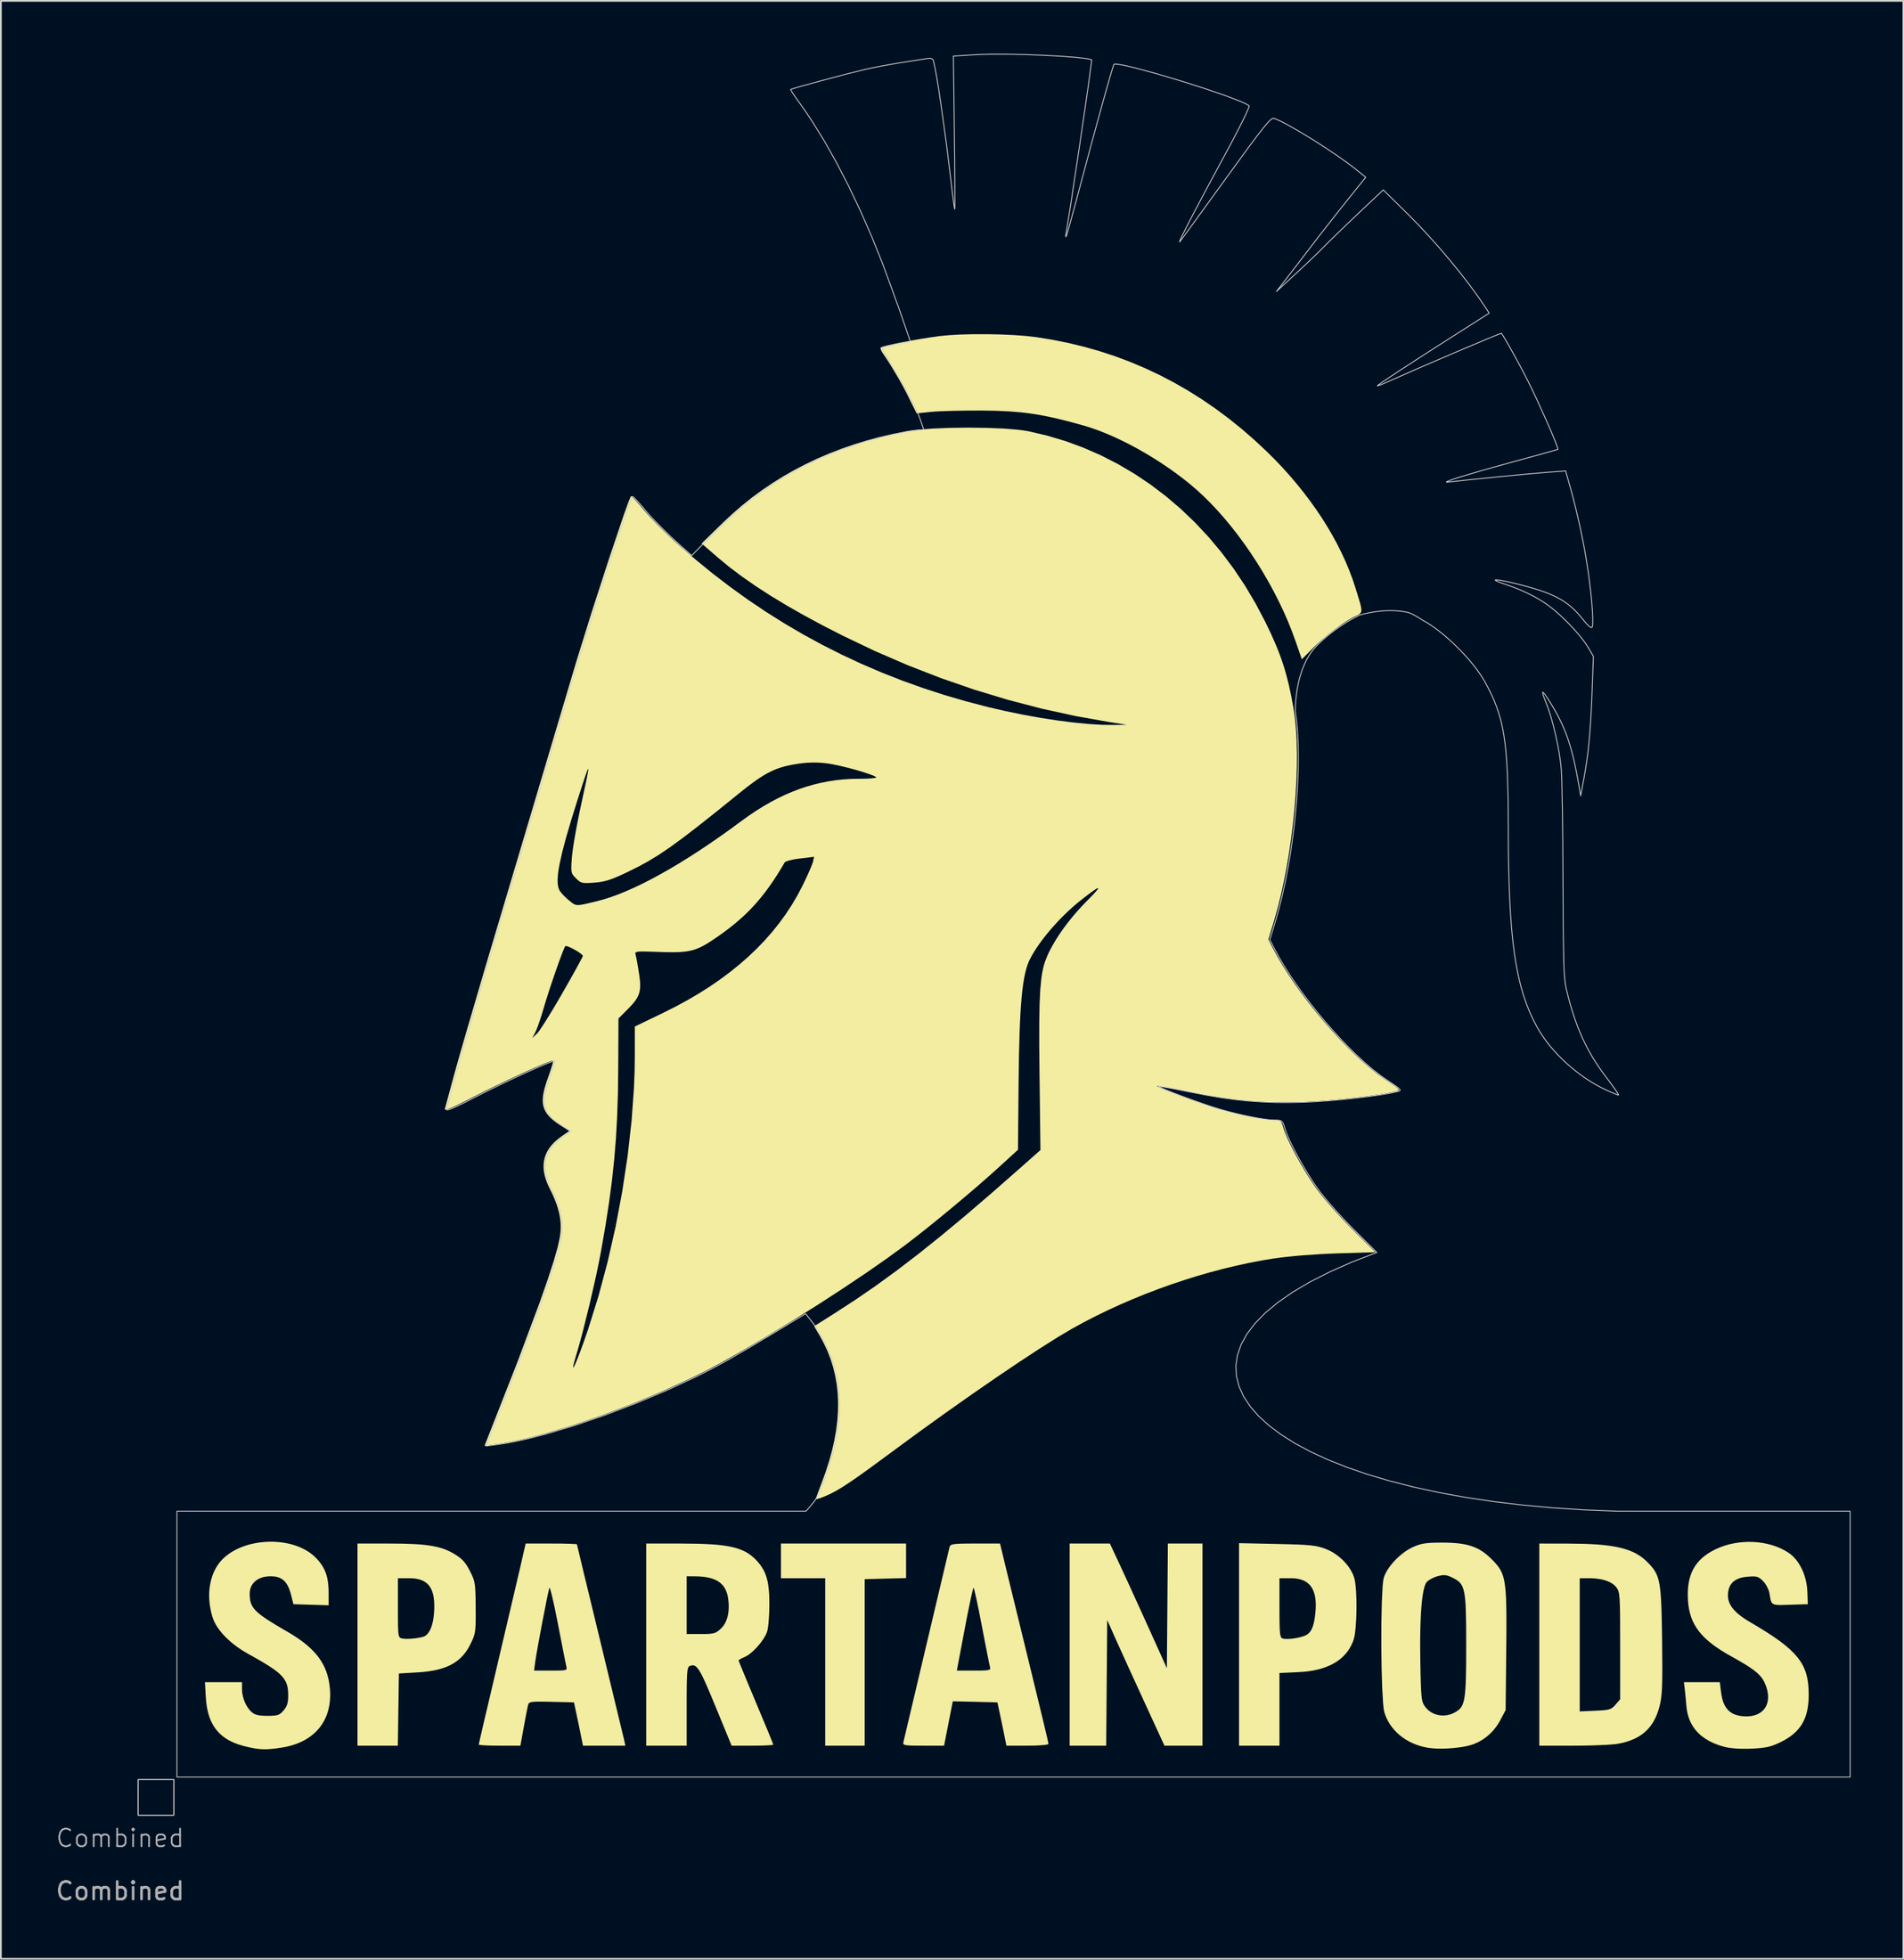
<source format=kicad_pcb>
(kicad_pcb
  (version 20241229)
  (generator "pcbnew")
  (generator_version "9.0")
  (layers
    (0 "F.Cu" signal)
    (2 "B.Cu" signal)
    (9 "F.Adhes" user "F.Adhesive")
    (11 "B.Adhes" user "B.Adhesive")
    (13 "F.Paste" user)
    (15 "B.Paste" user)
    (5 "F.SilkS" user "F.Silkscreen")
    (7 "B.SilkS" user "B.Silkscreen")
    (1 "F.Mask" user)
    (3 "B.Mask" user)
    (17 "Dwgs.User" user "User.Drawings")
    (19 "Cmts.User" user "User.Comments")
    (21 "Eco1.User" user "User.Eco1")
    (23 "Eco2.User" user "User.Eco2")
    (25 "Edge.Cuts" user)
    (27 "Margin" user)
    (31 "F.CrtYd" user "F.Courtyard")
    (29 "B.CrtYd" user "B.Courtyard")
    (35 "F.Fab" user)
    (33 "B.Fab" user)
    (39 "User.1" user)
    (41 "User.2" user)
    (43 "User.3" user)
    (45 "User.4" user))
  (footprint "Combined"
    (layer "F.Cu")
    (at 4.79 99.979)
    (property "Reference" "Combined" (at -1.022 1.3 0) (unlocked yes) (layer "F.Fab") (effects (font (size 1 1) (thickness 0.1))))
    (attr smd)
    (fp_poly (pts (xy 49.199 -99.979) (xy 50.255 -99.956) (xy 51.325 -99.915) (xy 52.322 -99.86) (xy 53.162 -99.794) (xy 53.759 -99.722) (xy 53.939 -99.685) (xy 54.027 -99.648) (xy 53.834 -98.2) (xy 53.368 -95) (xy 52.871 -91.685) (xy 52.584 -89.895) (xy 52.571 -89.83) (xy 52.562 -89.772) (xy 52.555 -89.721) (xy 52.552 -89.679) (xy 52.551 -89.662) (xy 52.552 -89.647) (xy 52.553 -89.635) (xy 52.555 -89.626) (xy 52.557 -89.62) (xy 52.559 -89.618) (xy 52.561 -89.617) (xy 52.563 -89.617) (xy 52.565 -89.618) (xy 52.57 -89.622) (xy 52.58 -89.641) (xy 52.596 -89.688) (xy 52.648 -89.858) (xy 52.821 -90.463) (xy 53.062 -91.343) (xy 53.346 -92.408) (xy 54.022 -94.938) (xy 54.632 -97.165) (xy 55.085 -98.762) (xy 55.224 -99.221) (xy 55.289 -99.4) (xy 55.33 -99.415) (xy 55.407 -99.416) (xy 55.663 -99.383) (xy 56.038 -99.307) (xy 56.512 -99.193) (xy 57.682 -98.877) (xy 59.019 -98.481) (xy 60.369 -98.053) (xy 61.579 -97.64) (xy 62.494 -97.29) (xy 62.794 -97.152) (xy 62.961 -97.048) (xy 62.964 -97.041) (xy 62.964 -97.026) (xy 62.951 -96.979) (xy 62.925 -96.906) (xy 62.886 -96.811) (xy 62.771 -96.555) (xy 62.611 -96.224) (xy 62.413 -95.828) (xy 62.181 -95.378) (xy 61.921 -94.884) (xy 61.638 -94.359) (xy 60.448 -92.151) (xy 59.585 -90.516) (xy 59.1 -89.55) (xy 59.014 -89.348) (xy 59.013 -89.322) (xy 59.042 -89.348) (xy 59.305 -89.703) (xy 59.892 -90.507) (xy 61.688 -92.984) (xy 62.96 -94.73) (xy 63.404 -95.325) (xy 63.743 -95.76) (xy 63.992 -96.058) (xy 64.089 -96.162) (xy 64.169 -96.239) (xy 64.235 -96.293) (xy 64.29 -96.324) (xy 64.334 -96.337) (xy 64.371 -96.334) (xy 64.534 -96.272) (xy 64.74 -96.179) (xy 64.983 -96.056) (xy 65.258 -95.909) (xy 65.883 -95.55) (xy 66.572 -95.13) (xy 67.284 -94.674) (xy 67.974 -94.211) (xy 68.601 -93.765) (xy 68.877 -93.558) (xy 69.121 -93.365) (xy 69.582 -92.989) (xy 68.516 -91.661) (xy 68.03 -91.05) (xy 67.494 -90.369) (xy 66.973 -89.701) (xy 66.532 -89.13) (xy 65.722 -88.072) (xy 65.064 -87.217) (xy 64.513 -86.507) (xy 65.603 -87.509) (xy 66.07 -87.943) (xy 66.534 -88.382) (xy 66.942 -88.777) (xy 67.24 -89.075) (xy 67.378 -89.215) (xy 67.562 -89.398) (xy 68.036 -89.861) (xy 68.597 -90.401) (xy 69.182 -90.957) (xy 70.578 -92.274) (xy 71.953 -90.921) (xy 72.559 -90.306) (xy 73.176 -89.646) (xy 73.791 -88.954) (xy 74.392 -88.247) (xy 74.967 -87.539) (xy 75.503 -86.846) (xy 75.987 -86.182) (xy 76.406 -85.563) (xy 76.592 -85.275) (xy 74.539 -83.967) (xy 72.75 -82.822) (xy 71.398 -81.945) (xy 70.543 -81.375) (xy 70.321 -81.217) (xy 70.245 -81.151) (xy 70.246 -81.149) (xy 70.249 -81.149) (xy 70.26 -81.15) (xy 70.279 -81.154) (xy 70.303 -81.162) (xy 70.335 -81.173) (xy 70.372 -81.186) (xy 70.462 -81.221) (xy 70.571 -81.266) (xy 70.696 -81.319) (xy 70.835 -81.38) (xy 70.983 -81.446) (xy 72.577 -82.149) (xy 74.671 -83.049) (xy 76.498 -83.821) (xy 77.071 -84.055) (xy 77.289 -84.135) (xy 77.388 -83.984) (xy 77.528 -83.75) (xy 77.702 -83.449) (xy 77.899 -83.099) (xy 78.11 -82.716) (xy 78.327 -82.316) (xy 78.539 -81.917) (xy 78.738 -81.535) (xy 78.993 -81.019) (xy 79.282 -80.41) (xy 79.872 -79.108) (xy 80.129 -78.513) (xy 80.333 -78.021) (xy 80.462 -77.682) (xy 80.492 -77.585) (xy 80.494 -77.545) (xy 80.438 -77.526) (xy 80.288 -77.482) (xy 79.75 -77.33) (xy 78.962 -77.112) (xy 78.004 -76.851) (xy 76.21 -76.352) (xy 74.914 -75.967) (xy 74.49 -75.829) (xy 74.235 -75.734) (xy 74.175 -75.703) (xy 74.163 -75.685) (xy 74.2 -75.679) (xy 74.289 -75.687) (xy 75.374 -75.809) (xy 77.052 -75.98) (xy 78.76 -76.144) (xy 79.932 -76.246) (xy 80.931 -76.319) (xy 81.1 -75.73) (xy 81.25 -75.194) (xy 81.394 -74.648) (xy 81.531 -74.094) (xy 81.662 -73.537) (xy 81.785 -72.978) (xy 81.899 -72.421) (xy 82.005 -71.87) (xy 82.1 -71.327) (xy 82.2 -70.687) (xy 82.288 -70.041) (xy 82.362 -69.414) (xy 82.419 -68.831) (xy 82.457 -68.318) (xy 82.474 -67.899) (xy 82.468 -67.601) (xy 82.456 -67.504) (xy 82.437 -67.447) (xy 82.432 -67.441) (xy 82.426 -67.436) (xy 82.42 -67.433) (xy 82.413 -67.43) (xy 82.405 -67.43) (xy 82.396 -67.43) (xy 82.386 -67.432) (xy 82.376 -67.435) (xy 82.365 -67.439) (xy 82.353 -67.445) (xy 82.341 -67.451) (xy 82.327 -67.459) (xy 82.313 -67.469) (xy 82.299 -67.479) (xy 82.284 -67.491) (xy 82.268 -67.503) (xy 82.234 -67.532) (xy 82.199 -67.566) (xy 82.161 -67.604) (xy 82.121 -67.646) (xy 82.079 -67.693) (xy 82.035 -67.743) (xy 81.989 -67.798) (xy 81.942 -67.856) (xy 81.826 -68.001) (xy 81.71 -68.136) (xy 81.595 -68.263) (xy 81.48 -68.383) (xy 81.364 -68.495) (xy 81.247 -68.601) (xy 81.126 -68.701) (xy 81.003 -68.795) (xy 80.876 -68.884) (xy 80.743 -68.969) (xy 80.606 -69.051) (xy 80.462 -69.129) (xy 80.311 -69.204) (xy 80.152 -69.277) (xy 79.984 -69.349) (xy 79.808 -69.42) (xy 79.457 -69.543) (xy 79.033 -69.674) (xy 78.57 -69.803) (xy 78.105 -69.922) (xy 77.674 -70.022) (xy 77.311 -70.095) (xy 77.167 -70.118) (xy 77.054 -70.131) (xy 76.975 -70.132) (xy 76.951 -70.129) (xy 76.937 -70.122) (xy 76.936 -70.119) (xy 76.936 -70.117) (xy 76.938 -70.113) (xy 76.941 -70.11) (xy 76.945 -70.106) (xy 76.951 -70.101) (xy 76.967 -70.091) (xy 76.988 -70.08) (xy 77.014 -70.067) (xy 77.045 -70.053) (xy 77.08 -70.038) (xy 77.118 -70.022) (xy 77.161 -70.005) (xy 77.207 -69.987) (xy 77.256 -69.969) (xy 77.308 -69.95) (xy 77.362 -69.931) (xy 77.419 -69.912) (xy 77.478 -69.892) (xy 77.854 -69.762) (xy 78.218 -69.621) (xy 78.569 -69.471) (xy 78.904 -69.311) (xy 79.222 -69.144) (xy 79.375 -69.057) (xy 79.522 -68.969) (xy 79.664 -68.879) (xy 79.801 -68.788) (xy 79.933 -68.695) (xy 80.059 -68.601) (xy 80.21 -68.482) (xy 80.364 -68.353) (xy 80.521 -68.216) (xy 80.679 -68.072) (xy 80.836 -67.923) (xy 80.992 -67.77) (xy 81.146 -67.613) (xy 81.296 -67.455) (xy 81.441 -67.297) (xy 81.58 -67.139) (xy 81.712 -66.984) (xy 81.835 -66.832) (xy 81.949 -66.684) (xy 82.052 -66.543) (xy 82.144 -66.409) (xy 82.222 -66.283) (xy 82.51 -65.791) (xy 82.435 -63.8) (xy 82.401 -62.989) (xy 82.363 -62.26) (xy 82.319 -61.601) (xy 82.268 -60.996) (xy 82.209 -60.433) (xy 82.14 -59.898) (xy 82.061 -59.378) (xy 81.97 -58.858) (xy 81.787 -57.875) (xy 81.694 -58.421) (xy 81.556 -59.179) (xy 81.413 -59.855) (xy 81.338 -60.167) (xy 81.26 -60.463) (xy 81.178 -60.746) (xy 81.092 -61.017) (xy 81.002 -61.278) (xy 80.906 -61.53) (xy 80.804 -61.775) (xy 80.696 -62.016) (xy 80.581 -62.253) (xy 80.458 -62.488) (xy 80.327 -62.723) (xy 80.188 -62.96) (xy 79.988 -63.285) (xy 79.905 -63.415) (xy 79.833 -63.524) (xy 79.771 -63.611) (xy 79.721 -63.678) (xy 79.682 -63.723) (xy 79.666 -63.737) (xy 79.653 -63.747) (xy 79.643 -63.75) (xy 79.636 -63.749) (xy 79.631 -63.742) (xy 79.629 -63.73) (xy 79.63 -63.713) (xy 79.634 -63.69) (xy 79.649 -63.629) (xy 79.675 -63.547) (xy 79.711 -63.443) (xy 79.759 -63.318) (xy 79.817 -63.172) (xy 79.891 -62.983) (xy 79.964 -62.777) (xy 80.106 -62.328) (xy 80.242 -61.839) (xy 80.366 -61.326) (xy 80.477 -60.804) (xy 80.57 -60.287) (xy 80.642 -59.791) (xy 80.669 -59.556) (xy 80.69 -59.331) (xy 80.706 -59.017) (xy 80.722 -58.513) (xy 80.75 -57.038) (xy 80.772 -55.117) (xy 80.784 -52.957) (xy 80.799 -50.134) (xy 80.829 -48.403) (xy 80.854 -47.84) (xy 80.888 -47.42) (xy 80.931 -47.1) (xy 80.986 -46.837) (xy 81.084 -46.45) (xy 81.186 -46.078) (xy 81.291 -45.721) (xy 81.4 -45.379) (xy 81.514 -45.048) (xy 81.633 -44.729) (xy 81.758 -44.42) (xy 81.89 -44.12) (xy 82.029 -43.827) (xy 82.175 -43.541) (xy 82.33 -43.26) (xy 82.493 -42.983) (xy 82.665 -42.709) (xy 82.847 -42.437) (xy 83.039 -42.165) (xy 83.243 -41.892) (xy 83.396 -41.689) (xy 83.536 -41.5) (xy 83.659 -41.329) (xy 83.764 -41.18) (xy 83.846 -41.057) (xy 83.903 -40.965) (xy 83.922 -40.931) (xy 83.933 -40.907) (xy 83.937 -40.892) (xy 83.936 -40.888) (xy 83.933 -40.887) (xy 83.921 -40.89) (xy 83.904 -40.894) (xy 83.855 -40.911) (xy 83.787 -40.937) (xy 83.704 -40.97) (xy 83.607 -41.01) (xy 83.5 -41.055) (xy 83.386 -41.105) (xy 83.267 -41.159) (xy 83.267 -41.159) (xy 82.972 -41.301) (xy 82.677 -41.459) (xy 82.385 -41.632) (xy 82.097 -41.817) (xy 81.813 -42.016) (xy 81.536 -42.225) (xy 81.265 -42.446) (xy 81.002 -42.675) (xy 80.748 -42.913) (xy 80.505 -43.158) (xy 80.273 -43.41) (xy 80.053 -43.667) (xy 79.847 -43.928) (xy 79.656 -44.193) (xy 79.48 -44.46) (xy 79.322 -44.729) (xy 79.097 -45.156) (xy 78.893 -45.599) (xy 78.706 -46.064) (xy 78.538 -46.556) (xy 78.387 -47.077) (xy 78.253 -47.635) (xy 78.134 -48.232) (xy 78.031 -48.874) (xy 77.943 -49.565) (xy 77.868 -50.311) (xy 77.807 -51.115) (xy 77.758 -51.982) (xy 77.722 -52.918) (xy 77.696 -53.927) (xy 77.681 -55.013) (xy 77.676 -56.181) (xy 77.664 -57.835) (xy 77.623 -59.214) (xy 77.589 -59.815) (xy 77.545 -60.366) (xy 77.49 -60.871) (xy 77.422 -61.337) (xy 77.342 -61.771) (xy 77.248 -62.177) (xy 77.138 -62.562) (xy 77.013 -62.932) (xy 76.87 -63.292) (xy 76.71 -63.649) (xy 76.531 -64.009) (xy 76.332 -64.377) (xy 76.194 -64.608) (xy 76.034 -64.848) (xy 75.855 -65.094) (xy 75.66 -65.344) (xy 75.449 -65.596) (xy 75.226 -65.847) (xy 74.993 -66.096) (xy 74.753 -66.34) (xy 74.506 -66.576) (xy 74.256 -66.803) (xy 74.005 -67.019) (xy 73.756 -67.22) (xy 73.509 -67.406) (xy 73.269 -67.573) (xy 73.036 -67.72) (xy 72.813 -67.843) (xy 71.939 -68.295) (xy 71.728 -69.041) (xy 71.381 -70.137) (xy 70.969 -71.218) (xy 70.493 -72.28) (xy 69.956 -73.32) (xy 69.359 -74.338) (xy 68.705 -75.329) (xy 67.995 -76.292) (xy 67.233 -77.224) (xy 66.42 -78.123) (xy 65.558 -78.986) (xy 64.649 -79.81) (xy 63.696 -80.593) (xy 62.7 -81.334) (xy 61.664 -82.028) (xy 60.59 -82.675) (xy 59.48 -83.27) (xy 59.055 -83.479) (xy 58.622 -83.68) (xy 58.179 -83.874) (xy 57.728 -84.06) (xy 57.27 -84.239) (xy 56.805 -84.41) (xy 55.856 -84.727) (xy 54.885 -85.01) (xy 53.896 -85.259) (xy 52.895 -85.471) (xy 51.886 -85.645) (xy 51.521 -85.695) (xy 51.129 -85.738) (xy 50.279 -85.8) (xy 49.367 -85.834) (xy 48.428 -85.838) (xy 47.494 -85.814) (xy 46.598 -85.762) (xy 45.774 -85.683) (xy 45.4 -85.632) (xy 45.055 -85.575) (xy 43.462 -85.282) (xy 43.195 -85.235) (xy 43.169 -85.302) (xy 43.135 -85.392) (xy 43.085 -85.525) (xy 43.018 -85.707) (xy 42.934 -85.94) (xy 42.83 -86.229) (xy 42.707 -86.579) (xy 42.143 -88.112) (xy 41.538 -89.614) (xy 40.9 -91.072) (xy 40.235 -92.471) (xy 39.55 -93.798) (xy 38.852 -95.038) (xy 38.148 -96.177) (xy 38.134 -96.198) (xy 41.019 -96.198) (xy 41.019 -96.188) (xy 41.026 -96.161) (xy 41.038 -96.122) (xy 41.056 -96.072) (xy 41.079 -96.013) (xy 41.108 -95.944) (xy 41.141 -95.865) (xy 41.18 -95.778) (xy 41.223 -95.683) (xy 41.324 -95.47) (xy 41.44 -95.231) (xy 41.69 -94.703) (xy 41.934 -94.144) (xy 42.171 -93.558) (xy 42.4 -92.947) (xy 42.619 -92.316) (xy 42.828 -91.667) (xy 43.024 -91.005) (xy 43.207 -90.332) (xy 43.271 -90.094) (xy 43.332 -89.879) (xy 43.388 -89.691) (xy 43.439 -89.535) (xy 43.482 -89.414) (xy 43.517 -89.333) (xy 43.531 -89.309) (xy 43.542 -89.296) (xy 43.546 -89.294) (xy 43.55 -89.295) (xy 43.555 -89.307) (xy 43.558 -89.331) (xy 43.557 -89.366) (xy 43.553 -89.41) (xy 43.547 -89.463) (xy 43.527 -89.596) (xy 43.498 -89.757) (xy 43.461 -89.942) (xy 43.417 -90.146) (xy 43.366 -90.364) (xy 43.311 -90.589) (xy 43.076 -91.449) (xy 42.811 -92.304) (xy 42.524 -93.135) (xy 42.223 -93.921) (xy 41.918 -94.639) (xy 41.616 -95.268) (xy 41.469 -95.544) (xy 41.326 -95.789) (xy 41.189 -96.001) (xy 41.057 -96.179) (xy 41.047 -96.191) (xy 41.038 -96.2) (xy 41.031 -96.206) (xy 41.025 -96.209) (xy 41.022 -96.208) (xy 41.019 -96.204) (xy 41.019 -96.198) (xy 38.134 -96.198) (xy 37.796 -96.704) (xy 37.445 -97.201) (xy 37.336 -97.352) (xy 37.236 -97.494) (xy 37.147 -97.624) (xy 37.07 -97.738) (xy 37.009 -97.834) (xy 36.964 -97.907) (xy 36.939 -97.956) (xy 36.934 -97.97) (xy 36.933 -97.974) (xy 36.934 -97.977) (xy 37.101 -98.034) (xy 37.503 -98.151) (xy 38.751 -98.493) (xy 40.151 -98.863) (xy 41.176 -99.118) (xy 41.627 -99.214) (xy 42.169 -99.319) (xy 42.733 -99.421) (xy 43.252 -99.507) (xy 44.694 -99.731) (xy 44.732 -99.736) (xy 44.768 -99.74) (xy 44.801 -99.741) (xy 44.832 -99.742) (xy 44.86 -99.74) (xy 44.887 -99.736) (xy 44.911 -99.73) (xy 44.922 -99.727) (xy 44.933 -99.723) (xy 44.943 -99.718) (xy 44.953 -99.713) (xy 44.962 -99.708) (xy 44.971 -99.702) (xy 44.979 -99.696) (xy 44.987 -99.689) (xy 44.994 -99.681) (xy 45.001 -99.673) (xy 45.007 -99.664) (xy 45.014 -99.655) (xy 45.025 -99.636) (xy 45.034 -99.614) (xy 45.042 -99.59) (xy 45.124 -99.228) (xy 45.229 -98.652) (xy 45.351 -97.897) (xy 45.486 -97.001) (xy 45.77 -94.932) (xy 45.909 -93.833) (xy 46.039 -92.74) (xy 46.109 -92.145) (xy 46.172 -91.652) (xy 46.22 -91.314) (xy 46.237 -91.218) (xy 46.247 -91.18) (xy 46.253 -91.262) (xy 46.256 -91.511) (xy 46.255 -92.437) (xy 46.245 -93.817) (xy 46.227 -95.508) (xy 46.172 -99.871) (xy 47.472 -99.952) (xy 48.243 -99.979)) (stroke (width 0) (type solid)) (fill yes) (layer "F.Mask"))
    (fp_poly (pts (xy 5.981 -3.936) (xy 5.981 -3.936) (xy 5.981 -3.936)) (stroke (width 0) (type solid)) (fill yes) (layer "F.SilkS"))
    (fp_poly (pts (xy 43.591 -14.442) (xy 43.591 -13.463) (xy 42.417 -13.432) (xy 41.242 -13.401) (xy 41.242 -8.675) (xy 41.242 -3.95) (xy 40.122 -3.95) (xy 39.002 -3.95) (xy 39.002 -8.703) (xy 39.002 -13.455) (xy 37.746 -13.455) (xy 36.489 -13.455) (xy 36.489 -14.439) (xy 36.489 -15.422) (xy 40.04 -15.422) (xy 43.591 -15.422)) (stroke (width 0) (type solid)) (fill yes) (layer "F.SilkS"))
    (fp_poly (pts (xy 55.635 -14.411) (xy 56.307 -12.955) (xy 57.254 -10.873) (xy 58.396 -8.345) (xy 58.424 -11.883) (xy 58.453 -15.422) (xy 59.435 -15.422) (xy 60.417 -15.422) (xy 60.417 -9.686) (xy 60.417 -3.95) (xy 59.338 -3.95) (xy 58.258 -3.95) (xy 57.14 -6.381) (xy 56.201 -8.431) (xy 55.515 -9.946) (xy 55.009 -11.08) (xy 54.98 -7.515) (xy 54.951 -3.95) (xy 53.915 -3.95) (xy 52.878 -3.95) (xy 52.878 -9.686) (xy 52.878 -15.422) (xy 54.018 -15.422) (xy 55.159 -15.422)) (stroke (width 0) (type solid)) (fill yes) (layer "F.SilkS"))
    (fp_poly (pts (xy 24.018 -15.419) (xy 24.481 -15.409) (xy 24.793 -15.395) (xy 24.879 -15.387) (xy 24.901 -15.383) (xy 24.908 -15.379) (xy 25.29 -13.78) (xy 26.206 -9.998) (xy 27.581 -4.305) (xy 27.657 -3.95) (xy 26.454 -3.95) (xy 25.252 -3.95) (xy 25.125 -4.578) (xy 24.998 -5.198) (xy 24.869 -5.807) (xy 24.74 -6.408) (xy 23.467 -6.439) (xy 23.083 -6.447) (xy 22.784 -6.45) (xy 22.557 -6.445) (xy 22.468 -6.44) (xy 22.393 -6.433) (xy 22.33 -6.423) (xy 22.28 -6.411) (xy 22.239 -6.396) (xy 22.207 -6.378) (xy 22.182 -6.357) (xy 22.164 -6.333) (xy 22.15 -6.306) (xy 22.14 -6.275) (xy 22.125 -6.214) (xy 22.104 -6.115) (xy 22.045 -5.825) (xy 21.972 -5.444) (xy 21.893 -5.015) (xy 21.7 -3.95) (xy 20.518 -3.95) (xy 20.281 -3.951) (xy 20.059 -3.955) (xy 19.858 -3.961) (xy 19.683 -3.968) (xy 19.539 -3.978) (xy 19.429 -3.989) (xy 19.36 -4) (xy 19.342 -4.007) (xy 19.336 -4.013) (xy 19.336 -4.013) (xy 19.414 -4.367) (xy 19.626 -5.283) (xy 20.315 -8.211) (xy 22.475 -8.211) (xy 23.42 -8.211) (xy 23.727 -8.212) (xy 23.958 -8.216) (xy 24.048 -8.22) (xy 24.123 -8.225) (xy 24.184 -8.233) (xy 24.232 -8.244) (xy 24.269 -8.257) (xy 24.284 -8.265) (xy 24.296 -8.273) (xy 24.305 -8.283) (xy 24.313 -8.293) (xy 24.319 -8.304) (xy 24.322 -8.317) (xy 24.325 -8.345) (xy 24.323 -8.377) (xy 24.316 -8.414) (xy 24.306 -8.457) (xy 24.306 -8.457) (xy 24.249 -8.725) (xy 24.14 -9.272) (xy 23.825 -10.888) (xy 23.657 -11.723) (xy 23.51 -12.383) (xy 23.45 -12.626) (xy 23.401 -12.8) (xy 23.365 -12.897) (xy 23.352 -12.914) (xy 23.348 -12.915) (xy 23.344 -12.909) (xy 23.291 -12.696) (xy 23.199 -12.261) (xy 22.949 -10.993) (xy 22.697 -9.638) (xy 22.602 -9.095) (xy 22.545 -8.73) (xy 22.475 -8.211) (xy 20.315 -8.211) (xy 20.323 -8.247) (xy 21.654 -13.92) (xy 21.998 -15.422) (xy 23.453 -15.422)) (stroke (width 0) (type solid)) (fill yes) (layer "F.SilkS"))
    (fp_poly (pts (xy 49.32 -13.784) (xy 50.696 -8.15) (xy 51.388 -5.297) (xy 51.599 -4.406) (xy 51.676 -4.052) (xy 51.675 -4.046) (xy 51.67 -4.041) (xy 51.663 -4.036) (xy 51.652 -4.031) (xy 51.623 -4.021) (xy 51.583 -4.012) (xy 51.533 -4.003) (xy 51.473 -3.995) (xy 51.405 -3.987) (xy 51.328 -3.98) (xy 51.243 -3.973) (xy 51.151 -3.967) (xy 51.053 -3.962) (xy 50.948 -3.958) (xy 50.724 -3.952) (xy 50.482 -3.95) (xy 49.288 -3.95) (xy 49.161 -4.578) (xy 49.034 -5.198) (xy 48.906 -5.807) (xy 48.776 -6.408) (xy 47.51 -6.439) (xy 46.243 -6.469) (xy 45.996 -5.21) (xy 45.748 -3.95) (xy 44.571 -3.95) (xy 44.214 -3.951) (xy 43.938 -3.955) (xy 43.733 -3.965) (xy 43.654 -3.972) (xy 43.589 -3.981) (xy 43.538 -3.991) (xy 43.497 -4.005) (xy 43.468 -4.02) (xy 43.448 -4.038) (xy 43.436 -4.059) (xy 43.431 -4.083) (xy 43.432 -4.11) (xy 43.438 -4.141) (xy 43.438 -4.141) (xy 44.4 -8.211) (xy 46.473 -8.211) (xy 47.443 -8.211) (xy 47.735 -8.212) (xy 47.961 -8.217) (xy 48.052 -8.221) (xy 48.129 -8.226) (xy 48.193 -8.233) (xy 48.246 -8.242) (xy 48.288 -8.253) (xy 48.32 -8.266) (xy 48.343 -8.282) (xy 48.358 -8.3) (xy 48.366 -8.321) (xy 48.368 -8.345) (xy 48.365 -8.372) (xy 48.358 -8.402) (xy 48.358 -8.402) (xy 48.338 -8.485) (xy 48.304 -8.647) (xy 48.198 -9.171) (xy 48.056 -9.898) (xy 47.892 -10.751) (xy 47.728 -11.589) (xy 47.585 -12.275) (xy 47.478 -12.739) (xy 47.442 -12.865) (xy 47.43 -12.898) (xy 47.422 -12.909) (xy 47.418 -12.906) (xy 47.413 -12.896) (xy 47.4 -12.861) (xy 47.363 -12.723) (xy 47.311 -12.506) (xy 47.248 -12.218) (xy 47.175 -11.871) (xy 47.094 -11.472) (xy 47.007 -11.031) (xy 46.917 -10.56) (xy 46.473 -8.211) (xy 44.4 -8.211) (xy 46.061 -15.231) (xy 46.066 -15.246) (xy 46.072 -15.261) (xy 46.079 -15.275) (xy 46.087 -15.288) (xy 46.097 -15.3) (xy 46.108 -15.311) (xy 46.121 -15.322) (xy 46.136 -15.332) (xy 46.153 -15.341) (xy 46.172 -15.35) (xy 46.194 -15.358) (xy 46.218 -15.366) (xy 46.245 -15.373) (xy 46.275 -15.379) (xy 46.309 -15.385) (xy 46.345 -15.39) (xy 46.385 -15.395) (xy 46.429 -15.399) (xy 46.476 -15.403) (xy 46.528 -15.406) (xy 46.583 -15.409) (xy 46.643 -15.412) (xy 46.708 -15.414) (xy 46.777 -15.416) (xy 46.93 -15.419) (xy 47.104 -15.421) (xy 47.301 -15.422) (xy 47.521 -15.422) (xy 48.924 -15.422)) (stroke (width 0) (type solid)) (fill yes) (layer "F.SilkS"))
    (fp_poly (pts (xy 81.148 -15.42) (xy 82.073 -15.406) (xy 82.485 -15.389) (xy 82.867 -15.365) (xy 83.219 -15.333) (xy 83.544 -15.293) (xy 83.843 -15.244) (xy 84.119 -15.186) (xy 84.372 -15.119) (xy 84.606 -15.042) (xy 84.822 -14.955) (xy 85.021 -14.857) (xy 85.205 -14.748) (xy 85.377 -14.628) (xy 85.538 -14.495) (xy 85.69 -14.35) (xy 85.817 -14.217) (xy 85.875 -14.152) (xy 85.929 -14.089) (xy 85.98 -14.025) (xy 86.028 -13.961) (xy 86.072 -13.895) (xy 86.114 -13.828) (xy 86.152 -13.757) (xy 86.188 -13.684) (xy 86.221 -13.607) (xy 86.251 -13.525) (xy 86.279 -13.439) (xy 86.305 -13.346) (xy 86.328 -13.247) (xy 86.35 -13.141) (xy 86.369 -13.026) (xy 86.387 -12.904) (xy 86.402 -12.772) (xy 86.417 -12.631) (xy 86.429 -12.479) (xy 86.441 -12.316) (xy 86.46 -11.955) (xy 86.475 -11.542) (xy 86.486 -11.071) (xy 86.496 -10.538) (xy 86.505 -9.937) (xy 86.518 -8.381) (xy 86.515 -7.813) (xy 86.504 -7.355) (xy 86.485 -6.988) (xy 86.457 -6.691) (xy 86.419 -6.443) (xy 86.371 -6.223) (xy 86.307 -5.994) (xy 86.233 -5.779) (xy 86.15 -5.578) (xy 86.056 -5.39) (xy 86.005 -5.301) (xy 85.952 -5.215) (xy 85.896 -5.132) (xy 85.837 -5.053) (xy 85.775 -4.976) (xy 85.711 -4.903) (xy 85.644 -4.832) (xy 85.574 -4.765) (xy 85.501 -4.7) (xy 85.425 -4.639) (xy 85.346 -4.58) (xy 85.264 -4.524) (xy 85.178 -4.471) (xy 85.09 -4.42) (xy 84.999 -4.373) (xy 84.904 -4.328) (xy 84.705 -4.246) (xy 84.493 -4.175) (xy 84.267 -4.113) (xy 84.028 -4.062) (xy 83.87 -4.039) (xy 83.646 -4.018) (xy 83.365 -3.999) (xy 83.04 -3.983) (xy 82.679 -3.969) (xy 82.293 -3.959) (xy 81.893 -3.952) (xy 81.489 -3.95) (xy 79.537 -3.95) (xy 79.537 -9.674) (xy 81.831 -9.674) (xy 81.831 -5.893) (xy 82.716 -5.934) (xy 82.988 -5.947) (xy 83.102 -5.955) (xy 83.203 -5.964) (xy 83.292 -5.974) (xy 83.371 -5.985) (xy 83.441 -5.999) (xy 83.503 -6.015) (xy 83.558 -6.034) (xy 83.608 -6.057) (xy 83.654 -6.083) (xy 83.696 -6.112) (xy 83.737 -6.147) (xy 83.778 -6.185) (xy 83.82 -6.229) (xy 83.863 -6.279) (xy 83.863 -6.279) (xy 84.126 -6.584) (xy 84.126 -9.623) (xy 84.121 -11.325) (xy 84.111 -11.875) (xy 84.094 -12.268) (xy 84.067 -12.538) (xy 84.048 -12.638) (xy 84.027 -12.719) (xy 84.002 -12.786) (xy 83.973 -12.843) (xy 83.902 -12.945) (xy 83.877 -12.976) (xy 83.851 -13.005) (xy 83.822 -13.033) (xy 83.792 -13.061) (xy 83.76 -13.088) (xy 83.727 -13.114) (xy 83.692 -13.139) (xy 83.655 -13.163) (xy 83.578 -13.208) (xy 83.494 -13.25) (xy 83.404 -13.288) (xy 83.308 -13.322) (xy 83.207 -13.353) (xy 83.1 -13.38) (xy 82.987 -13.402) (xy 82.87 -13.421) (xy 82.747 -13.435) (xy 82.62 -13.446) (xy 82.487 -13.453) (xy 82.35 -13.455) (xy 81.831 -13.455) (xy 81.831 -9.674) (xy 79.537 -9.674) (xy 79.537 -9.686) (xy 79.537 -15.422)) (stroke (width 0) (type solid)) (fill yes) (layer "F.SilkS"))
    (fp_poly (pts (xy 48.953 -84.046) (xy 49.698 -84.013) (xy 50.381 -83.962) (xy 50.967 -83.896) (xy 51.896 -83.746) (xy 52.811 -83.562) (xy 53.711 -83.344) (xy 54.596 -83.092) (xy 55.467 -82.805) (xy 56.323 -82.484) (xy 57.164 -82.128) (xy 57.991 -81.739) (xy 58.803 -81.315) (xy 59.601 -80.857) (xy 60.384 -80.364) (xy 61.152 -79.838) (xy 61.906 -79.277) (xy 62.645 -78.682) (xy 63.37 -78.052) (xy 64.08 -77.388) (xy 64.525 -76.945) (xy 64.955 -76.494) (xy 65.369 -76.034) (xy 65.766 -75.567) (xy 66.147 -75.094) (xy 66.511 -74.615) (xy 66.857 -74.132) (xy 67.185 -73.644) (xy 67.494 -73.153) (xy 67.784 -72.659) (xy 68.054 -72.163) (xy 68.304 -71.666) (xy 68.534 -71.169) (xy 68.742 -70.672) (xy 68.929 -70.176) (xy 69.093 -69.682) (xy 69.245 -69.194) (xy 69.353 -68.83) (xy 69.391 -68.689) (xy 69.417 -68.57) (xy 69.432 -68.471) (xy 69.435 -68.39) (xy 69.432 -68.355) (xy 69.426 -68.323) (xy 69.418 -68.294) (xy 69.406 -68.268) (xy 69.392 -68.244) (xy 69.375 -68.221) (xy 69.331 -68.181) (xy 69.275 -68.144) (xy 69.208 -68.107) (xy 69.036 -68.024) (xy 68.915 -67.961) (xy 68.785 -67.888) (xy 68.646 -67.804) (xy 68.501 -67.712) (xy 68.351 -67.611) (xy 68.196 -67.502) (xy 67.876 -67.266) (xy 67.552 -67.011) (xy 67.232 -66.743) (xy 67.077 -66.607) (xy 66.926 -66.47) (xy 66.781 -66.333) (xy 66.642 -66.198) (xy 66.056 -65.611) (xy 65.69 -66.664) (xy 65.486 -67.221) (xy 65.26 -67.782) (xy 65.012 -68.345) (xy 64.744 -68.907) (xy 64.458 -69.467) (xy 64.155 -70.023) (xy 63.835 -70.572) (xy 63.501 -71.113) (xy 63.153 -71.643) (xy 62.794 -72.161) (xy 62.423 -72.664) (xy 62.043 -73.151) (xy 61.654 -73.62) (xy 61.258 -74.068) (xy 60.857 -74.493) (xy 60.45 -74.894) (xy 60.105 -75.211) (xy 59.738 -75.526) (xy 59.351 -75.837) (xy 58.947 -76.143) (xy 58.529 -76.442) (xy 58.099 -76.733) (xy 57.66 -77.014) (xy 57.214 -77.285) (xy 56.764 -77.542) (xy 56.312 -77.786) (xy 55.861 -78.013) (xy 55.414 -78.224) (xy 54.973 -78.415) (xy 54.541 -78.587) (xy 54.119 -78.737) (xy 53.712 -78.864) (xy 52.886 -79.092) (xy 52.138 -79.278) (xy 51.443 -79.427) (xy 51.108 -79.488) (xy 50.777 -79.541) (xy 50.447 -79.587) (xy 50.115 -79.625) (xy 49.435 -79.681) (xy 48.711 -79.714) (xy 47.92 -79.727) (xy 47.048 -79.725) (xy 46.211 -79.71) (xy 45.502 -79.685) (xy 45.226 -79.67) (xy 45.017 -79.653) (xy 44.191 -79.568) (xy 43.632 -80.691) (xy 43.508 -80.931) (xy 43.373 -81.181) (xy 43.23 -81.436) (xy 43.085 -81.688) (xy 42.806 -82.154) (xy 42.576 -82.523) (xy 42.248 -83.017) (xy 42.218 -83.067) (xy 42.192 -83.113) (xy 42.171 -83.156) (xy 42.156 -83.195) (xy 42.146 -83.23) (xy 42.144 -83.245) (xy 42.143 -83.26) (xy 42.144 -83.273) (xy 42.147 -83.285) (xy 42.152 -83.296) (xy 42.159 -83.305) (xy 42.198 -83.328) (xy 42.279 -83.356) (xy 42.397 -83.39) (xy 42.547 -83.428) (xy 42.932 -83.513) (xy 43.4 -83.608) (xy 43.919 -83.705) (xy 44.457 -83.798) (xy 44.982 -83.882) (xy 45.461 -83.95) (xy 46.016 -84.005) (xy 46.676 -84.042) (xy 47.408 -84.061) (xy 48.178 -84.062)) (stroke (width 0) (type solid)) (fill yes) (layer "F.SilkS"))
    (fp_poly (pts (xy 64.651 -15.398) (xy 65.295 -15.383) (xy 65.812 -15.366) (xy 66.224 -15.345) (xy 66.55 -15.318) (xy 66.813 -15.283) (xy 67.034 -15.238) (xy 67.233 -15.18) (xy 67.433 -15.107) (xy 67.569 -15.049) (xy 67.703 -14.982) (xy 67.834 -14.908) (xy 67.962 -14.825) (xy 68.086 -14.736) (xy 68.206 -14.64) (xy 68.321 -14.539) (xy 68.43 -14.433) (xy 68.533 -14.323) (xy 68.629 -14.208) (xy 68.718 -14.091) (xy 68.798 -13.97) (xy 68.87 -13.848) (xy 68.933 -13.725) (xy 68.986 -13.601) (xy 69.029 -13.477) (xy 69.062 -13.338) (xy 69.091 -13.165) (xy 69.114 -12.963) (xy 69.133 -12.737) (xy 69.155 -12.232) (xy 69.158 -11.69) (xy 69.143 -11.15) (xy 69.109 -10.653) (xy 69.085 -10.433) (xy 69.058 -10.239) (xy 69.025 -10.074) (xy 68.989 -9.946) (xy 68.95 -9.841) (xy 68.906 -9.74) (xy 68.859 -9.641) (xy 68.808 -9.546) (xy 68.754 -9.453) (xy 68.695 -9.364) (xy 68.633 -9.278) (xy 68.566 -9.194) (xy 68.496 -9.114) (xy 68.422 -9.037) (xy 68.345 -8.963) (xy 68.263 -8.892) (xy 68.178 -8.824) (xy 68.089 -8.759) (xy 67.996 -8.697) (xy 67.9 -8.638) (xy 67.799 -8.583) (xy 67.695 -8.53) (xy 67.588 -8.481) (xy 67.476 -8.435) (xy 67.361 -8.391) (xy 67.242 -8.351) (xy 67.12 -8.314) (xy 66.994 -8.281) (xy 66.864 -8.25) (xy 66.73 -8.222) (xy 66.593 -8.198) (xy 66.452 -8.177) (xy 66.308 -8.159) (xy 66.159 -8.144) (xy 65.852 -8.124) (xy 64.787 -8.076) (xy 64.787 -6.013) (xy 64.787 -3.95) (xy 63.64 -3.95) (xy 62.493 -3.95) (xy 62.493 -9.697) (xy 62.493 -11.77) (xy 64.787 -11.77) (xy 64.788 -11.263) (xy 64.793 -10.867) (xy 64.802 -10.568) (xy 64.818 -10.351) (xy 64.829 -10.27) (xy 64.843 -10.204) (xy 64.858 -10.151) (xy 64.876 -10.11) (xy 64.897 -10.08) (xy 64.921 -10.058) (xy 64.948 -10.042) (xy 64.978 -10.031) (xy 65.028 -10.02) (xy 65.086 -10.013) (xy 65.151 -10.008) (xy 65.222 -10.007) (xy 65.299 -10.009) (xy 65.38 -10.013) (xy 65.464 -10.02) (xy 65.551 -10.03) (xy 65.639 -10.043) (xy 65.728 -10.058) (xy 65.816 -10.075) (xy 65.904 -10.094) (xy 65.989 -10.115) (xy 66.07 -10.138) (xy 66.148 -10.163) (xy 66.221 -10.189) (xy 66.253 -10.203) (xy 66.285 -10.218) (xy 66.316 -10.234) (xy 66.345 -10.252) (xy 66.374 -10.271) (xy 66.401 -10.292) (xy 66.428 -10.314) (xy 66.454 -10.337) (xy 66.478 -10.362) (xy 66.502 -10.389) (xy 66.524 -10.418) (xy 66.546 -10.448) (xy 66.567 -10.479) (xy 66.587 -10.513) (xy 66.606 -10.549) (xy 66.625 -10.586) (xy 66.642 -10.625) (xy 66.659 -10.666) (xy 66.675 -10.71) (xy 66.69 -10.755) (xy 66.705 -10.802) (xy 66.719 -10.852) (xy 66.732 -10.903) (xy 66.745 -10.957) (xy 66.757 -11.013) (xy 66.768 -11.072) (xy 66.789 -11.196) (xy 66.807 -11.329) (xy 66.823 -11.473) (xy 66.843 -11.717) (xy 66.848 -11.945) (xy 66.84 -12.156) (xy 66.817 -12.351) (xy 66.801 -12.442) (xy 66.781 -12.529) (xy 66.757 -12.612) (xy 66.73 -12.692) (xy 66.699 -12.767) (xy 66.665 -12.838) (xy 66.627 -12.906) (xy 66.586 -12.969) (xy 66.541 -13.028) (xy 66.492 -13.084) (xy 66.44 -13.135) (xy 66.384 -13.183) (xy 66.325 -13.227) (xy 66.261 -13.267) (xy 66.195 -13.303) (xy 66.124 -13.335) (xy 66.05 -13.363) (xy 65.972 -13.388) (xy 65.891 -13.408) (xy 65.806 -13.425) (xy 65.717 -13.439) (xy 65.624 -13.448) (xy 65.428 -13.455) (xy 64.787 -13.455) (xy 64.787 -11.77) (xy 62.493 -11.77) (xy 62.493 -15.445)) (stroke (width 0) (type solid)) (fill yes) (layer "F.SilkS"))
    (fp_poly (pts (xy 14.964 -15.416) (xy 15.597 -15.395) (xy 15.878 -15.379) (xy 16.136 -15.358) (xy 16.375 -15.332) (xy 16.595 -15.301) (xy 16.799 -15.265) (xy 16.989 -15.224) (xy 17.167 -15.176) (xy 17.334 -15.122) (xy 17.492 -15.062) (xy 17.644 -14.994) (xy 17.791 -14.92) (xy 17.935 -14.838) (xy 18.017 -14.788) (xy 18.093 -14.738) (xy 18.165 -14.69) (xy 18.231 -14.641) (xy 18.293 -14.592) (xy 18.351 -14.542) (xy 18.406 -14.49) (xy 18.458 -14.436) (xy 18.508 -14.379) (xy 18.556 -14.32) (xy 18.602 -14.257) (xy 18.648 -14.189) (xy 18.693 -14.117) (xy 18.738 -14.039) (xy 18.784 -13.956) (xy 18.831 -13.867) (xy 18.884 -13.76) (xy 18.932 -13.663) (xy 18.973 -13.572) (xy 19.009 -13.485) (xy 19.04 -13.399) (xy 19.066 -13.311) (xy 19.088 -13.22) (xy 19.106 -13.122) (xy 19.121 -13.014) (xy 19.132 -12.895) (xy 19.141 -12.762) (xy 19.148 -12.612) (xy 19.153 -12.442) (xy 19.157 -12.251) (xy 19.161 -11.791) (xy 19.164 -11.33) (xy 19.161 -10.968) (xy 19.156 -10.818) (xy 19.149 -10.685) (xy 19.139 -10.566) (xy 19.127 -10.459) (xy 19.11 -10.361) (xy 19.09 -10.27) (xy 19.065 -10.182) (xy 19.035 -10.096) (xy 19.001 -10.009) (xy 18.961 -9.917) (xy 18.863 -9.713) (xy 18.814 -9.616) (xy 18.763 -9.523) (xy 18.709 -9.433) (xy 18.653 -9.347) (xy 18.595 -9.263) (xy 18.534 -9.183) (xy 18.471 -9.107) (xy 18.405 -9.033) (xy 18.337 -8.963) (xy 18.266 -8.895) (xy 18.192 -8.831) (xy 18.115 -8.77) (xy 18.035 -8.711) (xy 17.953 -8.656) (xy 17.867 -8.603) (xy 17.777 -8.553) (xy 17.685 -8.506) (xy 17.589 -8.462) (xy 17.49 -8.421) (xy 17.387 -8.382) (xy 17.281 -8.346) (xy 17.171 -8.312) (xy 17.057 -8.281) (xy 16.939 -8.252) (xy 16.817 -8.226) (xy 16.692 -8.203) (xy 16.428 -8.162) (xy 16.148 -8.131) (xy 15.85 -8.109) (xy 14.802 -8.047) (xy 14.772 -5.999) (xy 14.743 -3.95) (xy 13.598 -3.95) (xy 12.453 -3.95) (xy 12.453 -9.686) (xy 12.453 -11.77) (xy 14.747 -11.77) (xy 14.748 -11.22) (xy 14.752 -10.805) (xy 14.761 -10.503) (xy 14.769 -10.39) (xy 14.779 -10.297) (xy 14.793 -10.224) (xy 14.809 -10.167) (xy 14.829 -10.123) (xy 14.853 -10.092) (xy 14.881 -10.069) (xy 14.913 -10.054) (xy 14.993 -10.033) (xy 15.043 -10.025) (xy 15.101 -10.019) (xy 15.165 -10.015) (xy 15.235 -10.013) (xy 15.31 -10.014) (xy 15.388 -10.016) (xy 15.47 -10.02) (xy 15.553 -10.027) (xy 15.723 -10.044) (xy 15.807 -10.055) (xy 15.889 -10.068) (xy 15.969 -10.082) (xy 16.046 -10.098) (xy 16.118 -10.115) (xy 16.185 -10.133) (xy 16.185 -10.133) (xy 16.216 -10.143) (xy 16.246 -10.156) (xy 16.275 -10.171) (xy 16.304 -10.188) (xy 16.332 -10.208) (xy 16.359 -10.23) (xy 16.386 -10.254) (xy 16.412 -10.28) (xy 16.437 -10.309) (xy 16.462 -10.34) (xy 16.486 -10.372) (xy 16.509 -10.407) (xy 16.532 -10.444) (xy 16.554 -10.483) (xy 16.575 -10.524) (xy 16.595 -10.567) (xy 16.614 -10.612) (xy 16.633 -10.659) (xy 16.65 -10.707) (xy 16.667 -10.758) (xy 16.683 -10.81) (xy 16.698 -10.864) (xy 16.713 -10.92) (xy 16.726 -10.977) (xy 16.738 -11.036) (xy 16.75 -11.097) (xy 16.77 -11.223) (xy 16.786 -11.356) (xy 16.798 -11.494) (xy 16.811 -11.745) (xy 16.811 -11.977) (xy 16.799 -12.191) (xy 16.774 -12.387) (xy 16.757 -12.478) (xy 16.736 -12.564) (xy 16.712 -12.647) (xy 16.685 -12.725) (xy 16.655 -12.799) (xy 16.621 -12.869) (xy 16.583 -12.934) (xy 16.542 -12.996) (xy 16.498 -13.053) (xy 16.45 -13.106) (xy 16.398 -13.156) (xy 16.343 -13.201) (xy 16.284 -13.243) (xy 16.222 -13.28) (xy 16.156 -13.314) (xy 16.086 -13.344) (xy 16.012 -13.371) (xy 15.935 -13.393) (xy 15.853 -13.413) (xy 15.768 -13.428) (xy 15.586 -13.449) (xy 15.388 -13.455) (xy 14.747 -13.455) (xy 14.747 -11.77) (xy 12.453 -11.77) (xy 12.453 -15.422) (xy 14.219 -15.422)) (stroke (width 0) (type solid)) (fill yes) (layer "F.SilkS"))
    (fp_poly (pts (xy 31.72 -15.412) (xy 32.129 -15.399) (xy 32.501 -15.38) (xy 32.841 -15.354) (xy 33.15 -15.321) (xy 33.431 -15.28) (xy 33.687 -15.231) (xy 33.918 -15.173) (xy 34.129 -15.105) (xy 34.322 -15.028) (xy 34.498 -14.941) (xy 34.661 -14.842) (xy 34.812 -14.732) (xy 34.954 -14.61) (xy 35.09 -14.476) (xy 35.191 -14.365) (xy 35.283 -14.253) (xy 35.367 -14.139) (xy 35.442 -14.022) (xy 35.51 -13.902) (xy 35.571 -13.776) (xy 35.624 -13.645) (xy 35.67 -13.507) (xy 35.71 -13.361) (xy 35.744 -13.206) (xy 35.771 -13.042) (xy 35.793 -12.866) (xy 35.81 -12.679) (xy 35.822 -12.478) (xy 35.828 -12.264) (xy 35.831 -12.035) (xy 35.829 -11.796) (xy 35.822 -11.556) (xy 35.812 -11.323) (xy 35.798 -11.101) (xy 35.781 -10.898) (xy 35.761 -10.721) (xy 35.739 -10.575) (xy 35.716 -10.467) (xy 35.684 -10.37) (xy 35.639 -10.268) (xy 35.584 -10.162) (xy 35.519 -10.052) (xy 35.446 -9.94) (xy 35.365 -9.828) (xy 35.278 -9.716) (xy 35.185 -9.607) (xy 35.09 -9.501) (xy 34.991 -9.401) (xy 34.891 -9.306) (xy 34.791 -9.219) (xy 34.691 -9.141) (xy 34.594 -9.074) (xy 34.5 -9.018) (xy 34.411 -8.975) (xy 34.346 -8.947) (xy 34.285 -8.918) (xy 34.229 -8.89) (xy 34.181 -8.864) (xy 34.16 -8.851) (xy 34.141 -8.84) (xy 34.125 -8.828) (xy 34.111 -8.818) (xy 34.1 -8.809) (xy 34.092 -8.8) (xy 34.087 -8.793) (xy 34.086 -8.79) (xy 34.086 -8.787) (xy 34.106 -8.728) (xy 34.163 -8.582) (xy 34.375 -8.064) (xy 34.687 -7.312) (xy 35.069 -6.402) (xy 35.764 -4.738) (xy 35.975 -4.218) (xy 36.052 -4.011) (xy 36.051 -4.008) (xy 36.046 -4.005) (xy 36.028 -3.998) (xy 35.999 -3.993) (xy 35.959 -3.987) (xy 35.909 -3.982) (xy 35.85 -3.977) (xy 35.705 -3.968) (xy 35.53 -3.96) (xy 35.33 -3.955) (xy 35.108 -3.951) (xy 34.871 -3.95) (xy 33.69 -3.95) (xy 32.768 -6.189) (xy 32.461 -6.927) (xy 32.213 -7.498) (xy 32.108 -7.728) (xy 32.013 -7.922) (xy 31.928 -8.084) (xy 31.849 -8.217) (xy 31.777 -8.321) (xy 31.71 -8.4) (xy 31.645 -8.457) (xy 31.582 -8.492) (xy 31.519 -8.51) (xy 31.454 -8.511) (xy 31.387 -8.499) (xy 31.315 -8.475) (xy 31.301 -8.469) (xy 31.287 -8.461) (xy 31.274 -8.451) (xy 31.262 -8.439) (xy 31.251 -8.425) (xy 31.24 -8.409) (xy 31.23 -8.389) (xy 31.22 -8.367) (xy 31.212 -8.341) (xy 31.203 -8.311) (xy 31.196 -8.277) (xy 31.189 -8.24) (xy 31.182 -8.197) (xy 31.177 -8.15) (xy 31.171 -8.098) (xy 31.166 -8.041) (xy 31.162 -7.978) (xy 31.158 -7.909) (xy 31.154 -7.834) (xy 31.151 -7.752) (xy 31.146 -7.569) (xy 31.142 -7.357) (xy 31.139 -7.114) (xy 31.137 -6.838) (xy 31.136 -6.527) (xy 31.136 -6.178) (xy 31.136 -3.95) (xy 29.989 -3.95) (xy 28.841 -3.95) (xy 28.841 -9.686) (xy 28.841 -11.925) (xy 31.136 -11.925) (xy 31.136 -10.286) (xy 31.944 -10.286) (xy 32.191 -10.288) (xy 32.295 -10.291) (xy 32.389 -10.295) (xy 32.472 -10.301) (xy 32.547 -10.31) (xy 32.614 -10.321) (xy 32.675 -10.335) (xy 32.73 -10.352) (xy 32.782 -10.373) (xy 32.831 -10.398) (xy 32.879 -10.427) (xy 32.926 -10.46) (xy 32.974 -10.498) (xy 33.024 -10.542) (xy 33.077 -10.591) (xy 33.077 -10.591) (xy 33.112 -10.625) (xy 33.145 -10.66) (xy 33.177 -10.697) (xy 33.207 -10.735) (xy 33.237 -10.775) (xy 33.264 -10.816) (xy 33.316 -10.903) (xy 33.362 -10.996) (xy 33.402 -11.094) (xy 33.437 -11.197) (xy 33.466 -11.305) (xy 33.49 -11.417) (xy 33.507 -11.534) (xy 33.519 -11.656) (xy 33.525 -11.781) (xy 33.525 -11.91) (xy 33.519 -12.043) (xy 33.507 -12.18) (xy 33.489 -12.319) (xy 33.476 -12.399) (xy 33.46 -12.475) (xy 33.441 -12.549) (xy 33.42 -12.621) (xy 33.396 -12.689) (xy 33.369 -12.754) (xy 33.339 -12.817) (xy 33.307 -12.877) (xy 33.272 -12.935) (xy 33.234 -12.989) (xy 33.193 -13.041) (xy 33.15 -13.091) (xy 33.103 -13.138) (xy 33.053 -13.182) (xy 33 -13.223) (xy 32.944 -13.262) (xy 32.885 -13.299) (xy 32.823 -13.333) (xy 32.758 -13.365) (xy 32.689 -13.394) (xy 32.617 -13.421) (xy 32.542 -13.445) (xy 32.463 -13.467) (xy 32.381 -13.487) (xy 32.296 -13.504) (xy 32.207 -13.519) (xy 32.115 -13.532) (xy 32.019 -13.542) (xy 31.817 -13.556) (xy 31.6 -13.562) (xy 31.136 -13.564) (xy 31.136 -11.925) (xy 28.841 -11.925) (xy 28.841 -15.422) (xy 30.788 -15.422)) (stroke (width 0) (type solid)) (fill yes) (layer "F.SilkS"))
    (fp_poly (pts (xy 74.277 -15.473) (xy 74.519 -15.465) (xy 74.745 -15.451) (xy 74.957 -15.431) (xy 75.156 -15.403) (xy 75.343 -15.369) (xy 75.519 -15.327) (xy 75.686 -15.277) (xy 75.845 -15.218) (xy 75.996 -15.151) (xy 76.142 -15.075) (xy 76.282 -14.99) (xy 76.419 -14.894) (xy 76.554 -14.788) (xy 76.687 -14.671) (xy 76.82 -14.544) (xy 76.968 -14.393) (xy 77.035 -14.32) (xy 77.098 -14.248) (xy 77.157 -14.177) (xy 77.212 -14.105) (xy 77.263 -14.031) (xy 77.31 -13.955) (xy 77.354 -13.877) (xy 77.394 -13.794) (xy 77.431 -13.707) (xy 77.464 -13.614) (xy 77.495 -13.515) (xy 77.522 -13.409) (xy 77.547 -13.295) (xy 77.569 -13.173) (xy 77.588 -13.041) (xy 77.605 -12.899) (xy 77.62 -12.746) (xy 77.632 -12.581) (xy 77.643 -12.403) (xy 77.651 -12.212) (xy 77.663 -11.787) (xy 77.669 -11.298) (xy 77.669 -10.74) (xy 77.666 -10.105) (xy 77.659 -9.388) (xy 77.625 -5.971) (xy 77.328 -5.409) (xy 77.259 -5.284) (xy 77.185 -5.164) (xy 77.105 -5.048) (xy 77.021 -4.937) (xy 76.933 -4.83) (xy 76.84 -4.728) (xy 76.743 -4.631) (xy 76.642 -4.539) (xy 76.537 -4.452) (xy 76.429 -4.371) (xy 76.318 -4.295) (xy 76.203 -4.225) (xy 76.085 -4.161) (xy 75.965 -4.104) (xy 75.842 -4.052) (xy 75.716 -4.007) (xy 75.591 -3.97) (xy 75.453 -3.935) (xy 75.304 -3.904) (xy 75.146 -3.876) (xy 74.981 -3.852) (xy 74.81 -3.83) (xy 74.635 -3.813) (xy 74.458 -3.799) (xy 74.281 -3.789) (xy 74.104 -3.784) (xy 73.931 -3.782) (xy 73.763 -3.784) (xy 73.601 -3.791) (xy 73.447 -3.802) (xy 73.303 -3.818) (xy 73.171 -3.838) (xy 73.171 -3.838) (xy 72.949 -3.885) (xy 72.734 -3.945) (xy 72.526 -4.016) (xy 72.327 -4.099) (xy 72.136 -4.194) (xy 71.954 -4.299) (xy 71.781 -4.414) (xy 71.619 -4.539) (xy 71.467 -4.674) (xy 71.326 -4.818) (xy 71.197 -4.97) (xy 71.079 -5.131) (xy 70.974 -5.3) (xy 70.882 -5.476) (xy 70.804 -5.66) (xy 70.739 -5.85) (xy 70.702 -6.044) (xy 70.669 -6.353) (xy 70.617 -7.244) (xy 70.583 -8.395) (xy 70.569 -9.565) (xy 72.773 -9.565) (xy 72.783 -8.625) (xy 72.797 -7.965) (xy 72.811 -7.449) (xy 72.829 -7.055) (xy 72.852 -6.761) (xy 72.867 -6.646) (xy 72.884 -6.547) (xy 72.903 -6.463) (xy 72.926 -6.391) (xy 72.951 -6.328) (xy 72.98 -6.271) (xy 73.049 -6.167) (xy 73.088 -6.117) (xy 73.129 -6.07) (xy 73.171 -6.025) (xy 73.216 -5.983) (xy 73.262 -5.944) (xy 73.31 -5.907) (xy 73.359 -5.872) (xy 73.41 -5.84) (xy 73.462 -5.811) (xy 73.516 -5.784) (xy 73.57 -5.76) (xy 73.626 -5.739) (xy 73.682 -5.72) (xy 73.74 -5.704) (xy 73.798 -5.69) (xy 73.857 -5.679) (xy 73.917 -5.671) (xy 73.977 -5.666) (xy 74.038 -5.663) (xy 74.099 -5.663) (xy 74.16 -5.666) (xy 74.221 -5.671) (xy 74.282 -5.68) (xy 74.344 -5.691) (xy 74.405 -5.705) (xy 74.466 -5.722) (xy 74.526 -5.742) (xy 74.586 -5.764) (xy 74.646 -5.79) (xy 74.705 -5.818) (xy 74.763 -5.849) (xy 74.821 -5.883) (xy 74.821 -5.883) (xy 74.867 -5.914) (xy 74.911 -5.944) (xy 74.952 -5.977) (xy 74.991 -6.01) (xy 75.028 -6.046) (xy 75.062 -6.085) (xy 75.094 -6.127) (xy 75.124 -6.173) (xy 75.152 -6.223) (xy 75.178 -6.277) (xy 75.201 -6.337) (xy 75.223 -6.403) (xy 75.244 -6.474) (xy 75.262 -6.552) (xy 75.279 -6.638) (xy 75.294 -6.731) (xy 75.308 -6.832) (xy 75.32 -6.941) (xy 75.331 -7.06) (xy 75.341 -7.188) (xy 75.349 -7.327) (xy 75.357 -7.476) (xy 75.363 -7.636) (xy 75.369 -7.808) (xy 75.377 -8.187) (xy 75.382 -8.619) (xy 75.384 -9.107) (xy 75.385 -9.655) (xy 75.382 -10.74) (xy 75.366 -11.577) (xy 75.352 -11.914) (xy 75.332 -12.204) (xy 75.305 -12.45) (xy 75.27 -12.657) (xy 75.227 -12.831) (xy 75.174 -12.975) (xy 75.11 -13.095) (xy 75.035 -13.195) (xy 74.947 -13.279) (xy 74.846 -13.353) (xy 74.73 -13.422) (xy 74.599 -13.489) (xy 74.539 -13.517) (xy 74.483 -13.543) (xy 74.43 -13.565) (xy 74.379 -13.583) (xy 74.331 -13.599) (xy 74.284 -13.611) (xy 74.237 -13.62) (xy 74.192 -13.626) (xy 74.146 -13.629) (xy 74.099 -13.629) (xy 74.051 -13.626) (xy 74.001 -13.621) (xy 73.948 -13.612) (xy 73.893 -13.601) (xy 73.833 -13.587) (xy 73.77 -13.571) (xy 73.726 -13.558) (xy 73.68 -13.544) (xy 73.635 -13.527) (xy 73.589 -13.509) (xy 73.543 -13.49) (xy 73.498 -13.47) (xy 73.454 -13.448) (xy 73.411 -13.426) (xy 73.37 -13.403) (xy 73.33 -13.38) (xy 73.292 -13.356) (xy 73.257 -13.332) (xy 73.225 -13.309) (xy 73.195 -13.285) (xy 73.17 -13.262) (xy 73.147 -13.239) (xy 73.121 -13.206) (xy 73.096 -13.165) (xy 73.072 -13.116) (xy 73.049 -13.059) (xy 73.005 -12.923) (xy 72.965 -12.757) (xy 72.929 -12.561) (xy 72.896 -12.336) (xy 72.867 -12.082) (xy 72.842 -11.801) (xy 72.82 -11.493) (xy 72.803 -11.158) (xy 72.789 -10.797) (xy 72.78 -10.411) (xy 72.774 -10) (xy 72.773 -9.565) (xy 70.569 -9.565) (xy 70.568 -9.675) (xy 70.573 -10.953) (xy 70.597 -12.101) (xy 70.642 -12.987) (xy 70.672 -13.291) (xy 70.708 -13.481) (xy 70.749 -13.598) (xy 70.803 -13.719) (xy 70.868 -13.842) (xy 70.944 -13.966) (xy 71.031 -14.092) (xy 71.126 -14.217) (xy 71.229 -14.34) (xy 71.338 -14.461) (xy 71.454 -14.578) (xy 71.575 -14.691) (xy 71.7 -14.798) (xy 71.828 -14.899) (xy 71.958 -14.992) (xy 72.089 -15.076) (xy 72.22 -15.151) (xy 72.35 -15.215) (xy 72.438 -15.254) (xy 72.523 -15.289) (xy 72.605 -15.32) (xy 72.686 -15.348) (xy 72.767 -15.372) (xy 72.849 -15.393) (xy 72.934 -15.411) (xy 73.023 -15.427) (xy 73.116 -15.44) (xy 73.216 -15.45) (xy 73.324 -15.459) (xy 73.44 -15.465) (xy 73.567 -15.47) (xy 73.705 -15.473) (xy 74.019 -15.476)) (stroke (width 0) (type solid)) (fill yes) (layer "F.SilkS"))
    (fp_poly (pts (xy 91.693 -15.511) (xy 91.967 -15.489) (xy 92.236 -15.452) (xy 92.5 -15.398) (xy 92.757 -15.329) (xy 93.006 -15.244) (xy 93.245 -15.144) (xy 93.472 -15.028) (xy 93.686 -14.896) (xy 93.743 -14.857) (xy 93.798 -14.814) (xy 93.853 -14.769) (xy 93.906 -14.722) (xy 93.958 -14.672) (xy 94.008 -14.62) (xy 94.105 -14.509) (xy 94.197 -14.39) (xy 94.282 -14.263) (xy 94.361 -14.129) (xy 94.434 -13.988) (xy 94.5 -13.841) (xy 94.559 -13.689) (xy 94.611 -13.532) (xy 94.655 -13.37) (xy 94.691 -13.205) (xy 94.72 -13.036) (xy 94.739 -12.864) (xy 94.751 -12.691) (xy 94.778 -11.98) (xy 93.766 -11.949) (xy 93.406 -11.938) (xy 93.261 -11.935) (xy 93.137 -11.936) (xy 93.033 -11.942) (xy 92.945 -11.952) (xy 92.908 -11.96) (xy 92.874 -11.97) (xy 92.843 -11.981) (xy 92.815 -11.995) (xy 92.79 -12.01) (xy 92.768 -12.028) (xy 92.748 -12.049) (xy 92.73 -12.072) (xy 92.715 -12.097) (xy 92.701 -12.126) (xy 92.676 -12.192) (xy 92.656 -12.271) (xy 92.638 -12.364) (xy 92.599 -12.596) (xy 92.591 -12.639) (xy 92.58 -12.682) (xy 92.566 -12.728) (xy 92.55 -12.774) (xy 92.532 -12.822) (xy 92.512 -12.869) (xy 92.489 -12.917) (xy 92.465 -12.964) (xy 92.44 -13.011) (xy 92.414 -13.057) (xy 92.386 -13.101) (xy 92.357 -13.144) (xy 92.328 -13.185) (xy 92.298 -13.223) (xy 92.267 -13.258) (xy 92.236 -13.291) (xy 92.188 -13.338) (xy 92.144 -13.38) (xy 92.101 -13.416) (xy 92.08 -13.433) (xy 92.06 -13.448) (xy 92.04 -13.462) (xy 92.019 -13.475) (xy 91.999 -13.487) (xy 91.978 -13.498) (xy 91.957 -13.508) (xy 91.936 -13.516) (xy 91.914 -13.524) (xy 91.891 -13.531) (xy 91.868 -13.537) (xy 91.844 -13.542) (xy 91.818 -13.546) (xy 91.792 -13.55) (xy 91.764 -13.552) (xy 91.735 -13.554) (xy 91.705 -13.555) (xy 91.673 -13.556) (xy 91.604 -13.555) (xy 91.527 -13.551) (xy 91.441 -13.546) (xy 91.347 -13.538) (xy 91.212 -13.523) (xy 91.086 -13.502) (xy 90.969 -13.473) (xy 90.914 -13.456) (xy 90.861 -13.438) (xy 90.81 -13.418) (xy 90.762 -13.396) (xy 90.715 -13.372) (xy 90.671 -13.347) (xy 90.629 -13.319) (xy 90.59 -13.291) (xy 90.552 -13.26) (xy 90.517 -13.228) (xy 90.484 -13.194) (xy 90.453 -13.158) (xy 90.424 -13.12) (xy 90.397 -13.081) (xy 90.373 -13.04) (xy 90.35 -12.997) (xy 90.33 -12.952) (xy 90.312 -12.906) (xy 90.296 -12.858) (xy 90.282 -12.808) (xy 90.271 -12.756) (xy 90.261 -12.702) (xy 90.254 -12.647) (xy 90.248 -12.59) (xy 90.244 -12.47) (xy 90.245 -12.419) (xy 90.249 -12.37) (xy 90.254 -12.32) (xy 90.262 -12.271) (xy 90.273 -12.222) (xy 90.286 -12.174) (xy 90.301 -12.126) (xy 90.318 -12.078) (xy 90.338 -12.03) (xy 90.361 -11.983) (xy 90.386 -11.936) (xy 90.413 -11.889) (xy 90.443 -11.842) (xy 90.476 -11.795) (xy 90.511 -11.749) (xy 90.548 -11.702) (xy 90.631 -11.61) (xy 90.725 -11.517) (xy 90.829 -11.424) (xy 90.944 -11.331) (xy 91.071 -11.238) (xy 91.208 -11.144) (xy 91.357 -11.048) (xy 91.517 -10.952) (xy 92.002 -10.664) (xy 92.439 -10.393) (xy 92.832 -10.136) (xy 93.182 -9.889) (xy 93.491 -9.651) (xy 93.761 -9.418) (xy 93.995 -9.189) (xy 94.195 -8.959) (xy 94.283 -8.843) (xy 94.363 -8.727) (xy 94.436 -8.609) (xy 94.502 -8.489) (xy 94.56 -8.368) (xy 94.612 -8.244) (xy 94.658 -8.117) (xy 94.698 -7.987) (xy 94.76 -7.717) (xy 94.801 -7.431) (xy 94.823 -7.125) (xy 94.828 -6.798) (xy 94.821 -6.557) (xy 94.803 -6.329) (xy 94.774 -6.112) (xy 94.734 -5.907) (xy 94.682 -5.713) (xy 94.619 -5.529) (xy 94.543 -5.355) (xy 94.454 -5.191) (xy 94.353 -5.036) (xy 94.239 -4.89) (xy 94.112 -4.752) (xy 93.971 -4.622) (xy 93.816 -4.499) (xy 93.648 -4.383) (xy 93.464 -4.273) (xy 93.267 -4.169) (xy 93.162 -4.119) (xy 93.063 -4.073) (xy 92.969 -4.032) (xy 92.878 -3.995) (xy 92.789 -3.962) (xy 92.701 -3.932) (xy 92.612 -3.907) (xy 92.522 -3.884) (xy 92.43 -3.864) (xy 92.333 -3.847) (xy 92.231 -3.832) (xy 92.123 -3.819) (xy 92.007 -3.808) (xy 91.882 -3.798) (xy 91.601 -3.782) (xy 91.377 -3.774) (xy 91.157 -3.773) (xy 90.943 -3.777) (xy 90.738 -3.786) (xy 90.546 -3.802) (xy 90.368 -3.822) (xy 90.208 -3.848) (xy 90.067 -3.878) (xy 90.067 -3.878) (xy 89.822 -3.948) (xy 89.591 -4.028) (xy 89.374 -4.119) (xy 89.172 -4.22) (xy 88.984 -4.331) (xy 88.81 -4.452) (xy 88.729 -4.516) (xy 88.651 -4.583) (xy 88.577 -4.653) (xy 88.507 -4.725) (xy 88.44 -4.799) (xy 88.377 -4.876) (xy 88.318 -4.956) (xy 88.262 -5.038) (xy 88.21 -5.122) (xy 88.162 -5.209) (xy 88.117 -5.298) (xy 88.076 -5.39) (xy 88.039 -5.484) (xy 88.006 -5.581) (xy 87.976 -5.68) (xy 87.95 -5.782) (xy 87.909 -5.992) (xy 87.883 -6.212) (xy 87.86 -6.486) (xy 87.834 -6.764) (xy 87.809 -7.013) (xy 87.788 -7.2) (xy 87.745 -7.555) (xy 88.763 -7.555) (xy 89.782 -7.555) (xy 89.857 -6.953) (xy 89.879 -6.808) (xy 89.906 -6.671) (xy 89.94 -6.542) (xy 89.979 -6.423) (xy 90.025 -6.312) (xy 90.076 -6.21) (xy 90.105 -6.162) (xy 90.134 -6.117) (xy 90.166 -6.073) (xy 90.199 -6.031) (xy 90.233 -5.992) (xy 90.269 -5.954) (xy 90.307 -5.919) (xy 90.346 -5.886) (xy 90.388 -5.854) (xy 90.43 -5.825) (xy 90.475 -5.797) (xy 90.521 -5.772) (xy 90.568 -5.748) (xy 90.618 -5.727) (xy 90.722 -5.69) (xy 90.833 -5.66) (xy 90.951 -5.638) (xy 91.069 -5.623) (xy 91.183 -5.615) (xy 91.293 -5.612) (xy 91.4 -5.615) (xy 91.502 -5.624) (xy 91.6 -5.638) (xy 91.693 -5.658) (xy 91.782 -5.683) (xy 91.867 -5.713) (xy 91.947 -5.748) (xy 92.022 -5.788) (xy 92.092 -5.833) (xy 92.157 -5.882) (xy 92.218 -5.936) (xy 92.273 -5.994) (xy 92.323 -6.057) (xy 92.368 -6.123) (xy 92.407 -6.194) (xy 92.441 -6.268) (xy 92.469 -6.346) (xy 92.491 -6.427) (xy 92.507 -6.512) (xy 92.518 -6.6) (xy 92.522 -6.691) (xy 92.521 -6.785) (xy 92.513 -6.882) (xy 92.498 -6.981) (xy 92.478 -7.084) (xy 92.451 -7.188) (xy 92.417 -7.295) (xy 92.376 -7.404) (xy 92.329 -7.515) (xy 92.286 -7.603) (xy 92.237 -7.688) (xy 92.211 -7.73) (xy 92.183 -7.771) (xy 92.153 -7.812) (xy 92.121 -7.853) (xy 92.087 -7.893) (xy 92.05 -7.934) (xy 92.012 -7.974) (xy 91.971 -8.015) (xy 91.881 -8.097) (xy 91.78 -8.181) (xy 91.667 -8.267) (xy 91.54 -8.357) (xy 91.399 -8.451) (xy 91.243 -8.55) (xy 91.07 -8.654) (xy 90.881 -8.766) (xy 90.673 -8.884) (xy 90.446 -9.011) (xy 90.135 -9.188) (xy 89.849 -9.364) (xy 89.586 -9.539) (xy 89.345 -9.715) (xy 89.127 -9.892) (xy 88.93 -10.071) (xy 88.754 -10.254) (xy 88.597 -10.44) (xy 88.46 -10.632) (xy 88.341 -10.83) (xy 88.24 -11.034) (xy 88.155 -11.247) (xy 88.088 -11.467) (xy 88.035 -11.698) (xy 87.998 -11.939) (xy 87.975 -12.192) (xy 87.964 -12.459) (xy 87.967 -12.713) (xy 87.983 -12.954) (xy 88.014 -13.183) (xy 88.059 -13.399) (xy 88.118 -13.604) (xy 88.192 -13.798) (xy 88.281 -13.981) (xy 88.384 -14.154) (xy 88.503 -14.316) (xy 88.638 -14.469) (xy 88.788 -14.613) (xy 88.954 -14.747) (xy 89.136 -14.873) (xy 89.334 -14.991) (xy 89.549 -15.102) (xy 89.799 -15.21) (xy 90.056 -15.302) (xy 90.321 -15.378) (xy 90.591 -15.437) (xy 90.865 -15.48) (xy 91.141 -15.506) (xy 91.417 -15.517)) (stroke (width 0) (type solid)) (fill yes) (layer "F.SilkS"))
    (fp_poly (pts (xy 7.827 -15.518) (xy 8.029 -15.501) (xy 8.229 -15.476) (xy 8.427 -15.442) (xy 8.621 -15.399) (xy 8.811 -15.347) (xy 8.996 -15.286) (xy 9.175 -15.217) (xy 9.348 -15.138) (xy 9.515 -15.05) (xy 9.673 -14.953) (xy 9.823 -14.846) (xy 9.964 -14.731) (xy 10.095 -14.606) (xy 10.191 -14.503) (xy 10.279 -14.401) (xy 10.359 -14.297) (xy 10.432 -14.193) (xy 10.498 -14.086) (xy 10.556 -13.977) (xy 10.608 -13.864) (xy 10.654 -13.747) (xy 10.693 -13.626) (xy 10.727 -13.499) (xy 10.754 -13.367) (xy 10.776 -13.227) (xy 10.793 -13.081) (xy 10.805 -12.927) (xy 10.812 -12.764) (xy 10.814 -12.592) (xy 10.814 -11.918) (xy 9.815 -11.949) (xy 8.816 -11.98) (xy 8.684 -12.502) (xy 8.646 -12.64) (xy 8.605 -12.768) (xy 8.56 -12.885) (xy 8.511 -12.991) (xy 8.458 -13.088) (xy 8.43 -13.133) (xy 8.401 -13.175) (xy 8.371 -13.215) (xy 8.339 -13.252) (xy 8.306 -13.287) (xy 8.272 -13.32) (xy 8.237 -13.351) (xy 8.2 -13.38) (xy 8.162 -13.406) (xy 8.122 -13.43) (xy 8.081 -13.452) (xy 8.039 -13.472) (xy 7.995 -13.49) (xy 7.95 -13.506) (xy 7.902 -13.52) (xy 7.854 -13.532) (xy 7.803 -13.542) (xy 7.751 -13.55) (xy 7.642 -13.561) (xy 7.526 -13.565) (xy 7.393 -13.56) (xy 7.267 -13.547) (xy 7.207 -13.537) (xy 7.148 -13.525) (xy 7.09 -13.511) (xy 7.035 -13.494) (xy 6.981 -13.476) (xy 6.929 -13.456) (xy 6.879 -13.434) (xy 6.831 -13.41) (xy 6.785 -13.384) (xy 6.741 -13.356) (xy 6.699 -13.326) (xy 6.659 -13.295) (xy 6.621 -13.262) (xy 6.586 -13.227) (xy 6.552 -13.191) (xy 6.521 -13.152) (xy 6.492 -13.112) (xy 6.465 -13.071) (xy 6.441 -13.028) (xy 6.419 -12.984) (xy 6.399 -12.938) (xy 6.382 -12.89) (xy 6.368 -12.841) (xy 6.356 -12.791) (xy 6.347 -12.739) (xy 6.34 -12.686) (xy 6.336 -12.632) (xy 6.334 -12.577) (xy 6.338 -12.43) (xy 6.342 -12.36) (xy 6.349 -12.294) (xy 6.358 -12.23) (xy 6.369 -12.167) (xy 6.384 -12.107) (xy 6.402 -12.048) (xy 6.424 -11.99) (xy 6.449 -11.934) (xy 6.478 -11.878) (xy 6.512 -11.822) (xy 6.55 -11.767) (xy 6.592 -11.712) (xy 6.64 -11.656) (xy 6.693 -11.601) (xy 6.751 -11.544) (xy 6.816 -11.486) (xy 6.886 -11.427) (xy 6.963 -11.366) (xy 7.046 -11.304) (xy 7.136 -11.239) (xy 7.337 -11.103) (xy 7.569 -10.955) (xy 7.832 -10.794) (xy 8.13 -10.617) (xy 8.465 -10.422) (xy 8.755 -10.249) (xy 9.024 -10.075) (xy 9.273 -9.9) (xy 9.502 -9.723) (xy 9.711 -9.544) (xy 9.902 -9.362) (xy 10.074 -9.176) (xy 10.229 -8.986) (xy 10.366 -8.79) (xy 10.486 -8.589) (xy 10.59 -8.38) (xy 10.678 -8.165) (xy 10.751 -7.941) (xy 10.81 -7.709) (xy 10.854 -7.468) (xy 10.884 -7.216) (xy 10.897 -7.048) (xy 10.902 -6.884) (xy 10.901 -6.723) (xy 10.893 -6.565) (xy 10.878 -6.411) (xy 10.857 -6.261) (xy 10.829 -6.114) (xy 10.795 -5.971) (xy 10.754 -5.831) (xy 10.707 -5.696) (xy 10.654 -5.564) (xy 10.594 -5.436) (xy 10.529 -5.313) (xy 10.457 -5.194) (xy 10.379 -5.079) (xy 10.295 -4.968) (xy 10.205 -4.862) (xy 10.109 -4.76) (xy 10.008 -4.662) (xy 9.901 -4.57) (xy 9.788 -4.482) (xy 9.669 -4.399) (xy 9.545 -4.32) (xy 9.415 -4.247) (xy 9.28 -4.179) (xy 9.14 -4.116) (xy 8.994 -4.058) (xy 8.843 -4.005) (xy 8.687 -3.957) (xy 8.526 -3.915) (xy 8.36 -3.879) (xy 8.188 -3.848) (xy 7.857 -3.798) (xy 7.707 -3.779) (xy 7.565 -3.765) (xy 7.431 -3.754) (xy 7.302 -3.748) (xy 7.177 -3.746) (xy 7.055 -3.749) (xy 6.933 -3.756) (xy 6.811 -3.768) (xy 6.687 -3.784) (xy 6.559 -3.805) (xy 6.426 -3.831) (xy 6.286 -3.861) (xy 5.981 -3.936) (xy 5.728 -4.01) (xy 5.609 -4.051) (xy 5.493 -4.095) (xy 5.382 -4.143) (xy 5.275 -4.193) (xy 5.171 -4.246) (xy 5.072 -4.303) (xy 4.978 -4.362) (xy 4.887 -4.425) (xy 4.8 -4.491) (xy 4.717 -4.56) (xy 4.638 -4.633) (xy 4.563 -4.709) (xy 4.491 -4.789) (xy 4.424 -4.871) (xy 4.36 -4.958) (xy 4.301 -5.048) (xy 4.244 -5.141) (xy 4.192 -5.238) (xy 4.143 -5.339) (xy 4.098 -5.443) (xy 4.057 -5.551) (xy 4.019 -5.663) (xy 3.985 -5.778) (xy 3.955 -5.898) (xy 3.927 -6.021) (xy 3.904 -6.148) (xy 3.867 -6.414) (xy 3.843 -6.697) (xy 3.793 -7.555) (xy 4.845 -7.555) (xy 5.897 -7.555) (xy 5.897 -7.17) (xy 5.9 -7.078) (xy 5.908 -6.986) (xy 5.92 -6.894) (xy 5.937 -6.801) (xy 5.959 -6.709) (xy 5.985 -6.618) (xy 6.015 -6.529) (xy 6.049 -6.441) (xy 6.087 -6.356) (xy 6.128 -6.273) (xy 6.173 -6.194) (xy 6.221 -6.118) (xy 6.272 -6.047) (xy 6.325 -5.98) (xy 6.381 -5.918) (xy 6.44 -5.862) (xy 6.476 -5.832) (xy 6.512 -5.805) (xy 6.55 -5.78) (xy 6.589 -5.757) (xy 6.631 -5.737) (xy 6.675 -5.72) (xy 6.722 -5.704) (xy 6.772 -5.69) (xy 6.826 -5.678) (xy 6.884 -5.669) (xy 6.947 -5.661) (xy 7.014 -5.654) (xy 7.086 -5.649) (xy 7.164 -5.646) (xy 7.248 -5.644) (xy 7.339 -5.643) (xy 7.535 -5.645) (xy 7.619 -5.648) (xy 7.694 -5.653) (xy 7.762 -5.66) (xy 7.822 -5.669) (xy 7.877 -5.68) (xy 7.927 -5.695) (xy 7.973 -5.712) (xy 8.016 -5.733) (xy 8.056 -5.758) (xy 8.095 -5.787) (xy 8.134 -5.821) (xy 8.173 -5.859) (xy 8.213 -5.902) (xy 8.256 -5.95) (xy 8.292 -5.994) (xy 8.325 -6.037) (xy 8.355 -6.08) (xy 8.383 -6.124) (xy 8.407 -6.168) (xy 8.428 -6.213) (xy 8.447 -6.259) (xy 8.464 -6.307) (xy 8.478 -6.358) (xy 8.49 -6.41) (xy 8.499 -6.466) (xy 8.507 -6.525) (xy 8.513 -6.588) (xy 8.517 -6.655) (xy 8.519 -6.726) (xy 8.52 -6.802) (xy 8.516 -6.974) (xy 8.511 -7.055) (xy 8.503 -7.134) (xy 8.493 -7.209) (xy 8.479 -7.282) (xy 8.463 -7.352) (xy 8.442 -7.421) (xy 8.419 -7.488) (xy 8.391 -7.553) (xy 8.359 -7.617) (xy 8.323 -7.681) (xy 8.281 -7.743) (xy 8.235 -7.805) (xy 8.184 -7.867) (xy 8.127 -7.929) (xy 8.065 -7.992) (xy 7.997 -8.055) (xy 7.922 -8.119) (xy 7.841 -8.183) (xy 7.754 -8.25) (xy 7.659 -8.318) (xy 7.448 -8.459) (xy 7.207 -8.61) (xy 6.933 -8.773) (xy 6.625 -8.949) (xy 6.28 -9.141) (xy 6.083 -9.254) (xy 5.893 -9.372) (xy 5.711 -9.493) (xy 5.537 -9.619) (xy 5.371 -9.748) (xy 5.214 -9.88) (xy 5.067 -10.014) (xy 4.928 -10.151) (xy 4.8 -10.289) (xy 4.682 -10.429) (xy 4.575 -10.57) (xy 4.478 -10.711) (xy 4.394 -10.853) (xy 4.321 -10.994) (xy 4.261 -11.135) (xy 4.213 -11.274) (xy 4.157 -11.479) (xy 4.112 -11.684) (xy 4.077 -11.888) (xy 4.052 -12.09) (xy 4.038 -12.29) (xy 4.033 -12.488) (xy 4.039 -12.684) (xy 4.055 -12.876) (xy 4.081 -13.063) (xy 4.117 -13.247) (xy 4.163 -13.426) (xy 4.218 -13.599) (xy 4.284 -13.767) (xy 4.359 -13.928) (xy 4.444 -14.082) (xy 4.538 -14.229) (xy 4.644 -14.37) (xy 4.762 -14.503) (xy 4.891 -14.629) (xy 5.029 -14.746) (xy 5.177 -14.855) (xy 5.333 -14.956) (xy 5.498 -15.05) (xy 5.669 -15.135) (xy 5.847 -15.211) (xy 6.031 -15.28) (xy 6.22 -15.34) (xy 6.413 -15.392) (xy 6.61 -15.436) (xy 6.809 -15.471) (xy 7.011 -15.497) (xy 7.214 -15.515) (xy 7.419 -15.525) (xy 7.623 -15.526)) (stroke (width 0) (type solid)) (fill yes) (layer "F.SilkS"))
    (fp_poly (pts (xy 48.14 -78.745) (xy 49.09 -78.707) (xy 49.91 -78.642) (xy 50.252 -78.6) (xy 50.539 -78.552) (xy 51.602 -78.304) (xy 52.645 -77.992) (xy 53.664 -77.617) (xy 54.658 -77.182) (xy 55.625 -76.687) (xy 56.564 -76.133) (xy 57.473 -75.523) (xy 58.349 -74.858) (xy 59.191 -74.139) (xy 59.998 -73.367) (xy 60.767 -72.545) (xy 61.498 -71.672) (xy 62.187 -70.752) (xy 62.833 -69.785) (xy 63.435 -68.772) (xy 63.99 -67.716) (xy 64.3 -67.069) (xy 64.566 -66.467) (xy 64.685 -66.178) (xy 64.796 -65.892) (xy 64.898 -65.61) (xy 64.994 -65.327) (xy 65.083 -65.042) (xy 65.166 -64.752) (xy 65.244 -64.456) (xy 65.319 -64.151) (xy 65.457 -63.506) (xy 65.587 -62.798) (xy 65.669 -62.227) (xy 65.728 -61.601) (xy 65.765 -60.928) (xy 65.78 -60.214) (xy 65.774 -59.465) (xy 65.747 -58.687) (xy 65.701 -57.889) (xy 65.635 -57.074) (xy 65.551 -56.252) (xy 65.448 -55.426) (xy 65.328 -54.605) (xy 65.191 -53.795) (xy 65.038 -53.002) (xy 64.869 -52.232) (xy 64.685 -51.492) (xy 64.486 -50.789) (xy 64.16 -49.708) (xy 64.418 -49.204) (xy 64.684 -48.712) (xy 64.986 -48.202) (xy 65.321 -47.678) (xy 65.683 -47.145) (xy 66.07 -46.609) (xy 66.478 -46.072) (xy 66.901 -45.541) (xy 67.338 -45.02) (xy 67.783 -44.512) (xy 68.232 -44.024) (xy 68.682 -43.559) (xy 69.129 -43.122) (xy 69.568 -42.718) (xy 69.996 -42.351) (xy 70.409 -42.027) (xy 70.803 -41.749) (xy 71.086 -41.561) (xy 71.297 -41.416) (xy 71.377 -41.359) (xy 71.442 -41.309) (xy 71.491 -41.267) (xy 71.526 -41.232) (xy 71.539 -41.216) (xy 71.548 -41.202) (xy 71.555 -41.189) (xy 71.558 -41.178) (xy 71.558 -41.167) (xy 71.555 -41.157) (xy 71.549 -41.148) (xy 71.541 -41.139) (xy 71.517 -41.124) (xy 71.483 -41.11) (xy 71.441 -41.097) (xy 71.39 -41.084) (xy 70.975 -40.995) (xy 70.424 -40.903) (xy 69.773 -40.811) (xy 69.053 -40.723) (xy 68.299 -40.643) (xy 67.545 -40.575) (xy 66.824 -40.522) (xy 66.17 -40.489) (xy 65.33 -40.469) (xy 64.528 -40.472) (xy 63.751 -40.5) (xy 62.983 -40.553) (xy 62.21 -40.634) (xy 61.417 -40.743) (xy 60.588 -40.882) (xy 59.71 -41.052) (xy 58.995 -41.195) (xy 58.405 -41.306) (xy 58 -41.376) (xy 57.886 -41.391) (xy 57.841 -41.392) (xy 57.843 -41.383) (xy 57.859 -41.37) (xy 57.933 -41.329) (xy 58.223 -41.2) (xy 58.663 -41.024) (xy 59.201 -40.818) (xy 59.79 -40.602) (xy 60.38 -40.395) (xy 60.92 -40.213) (xy 61.363 -40.076) (xy 61.817 -39.951) (xy 62.276 -39.836) (xy 62.726 -39.732) (xy 63.158 -39.642) (xy 63.559 -39.569) (xy 63.918 -39.513) (xy 64.225 -39.478) (xy 64.468 -39.466) (xy 64.537 -39.466) (xy 64.598 -39.464) (xy 64.652 -39.461) (xy 64.7 -39.456) (xy 64.721 -39.452) (xy 64.741 -39.447) (xy 64.76 -39.442) (xy 64.778 -39.435) (xy 64.795 -39.428) (xy 64.81 -39.419) (xy 64.825 -39.41) (xy 64.839 -39.399) (xy 64.852 -39.387) (xy 64.865 -39.373) (xy 64.876 -39.358) (xy 64.888 -39.342) (xy 64.899 -39.324) (xy 64.909 -39.304) (xy 64.92 -39.283) (xy 64.93 -39.26) (xy 64.95 -39.208) (xy 64.97 -39.148) (xy 64.992 -39.08) (xy 65.015 -39.002) (xy 65.062 -38.857) (xy 65.124 -38.693) (xy 65.2 -38.511) (xy 65.289 -38.314) (xy 65.499 -37.882) (xy 65.745 -37.415) (xy 66.017 -36.932) (xy 66.305 -36.45) (xy 66.599 -35.988) (xy 66.745 -35.77) (xy 66.889 -35.564) (xy 67.054 -35.344) (xy 67.261 -35.086) (xy 67.5 -34.801) (xy 67.764 -34.497) (xy 68.045 -34.183) (xy 68.334 -33.87) (xy 68.623 -33.566) (xy 68.904 -33.28) (xy 70.233 -31.958) (xy 68.092 -31.892) (xy 67.621 -31.874) (xy 67.133 -31.85) (xy 66.155 -31.784) (xy 65.688 -31.744) (xy 65.253 -31.701) (xy 64.86 -31.657) (xy 64.522 -31.611) (xy 63.805 -31.493) (xy 63.079 -31.354) (xy 62.347 -31.196) (xy 61.609 -31.019) (xy 60.868 -30.823) (xy 60.125 -30.609) (xy 59.383 -30.378) (xy 58.644 -30.13) (xy 57.908 -29.867) (xy 57.179 -29.588) (xy 56.458 -29.294) (xy 55.746 -28.987) (xy 55.046 -28.666) (xy 54.36 -28.332) (xy 53.689 -27.987) (xy 53.036 -27.63) (xy 52.209 -27.14) (xy 51.182 -26.492) (xy 49.99 -25.71) (xy 48.671 -24.819) (xy 47.259 -23.844) (xy 45.792 -22.809) (xy 44.307 -21.74) (xy 42.838 -20.661) (xy 41.544 -19.71) (xy 41.032 -19.342) (xy 40.595 -19.036) (xy 40.223 -18.786) (xy 39.906 -18.583) (xy 39.634 -18.422) (xy 39.396 -18.295) (xy 39.226 -18.212) (xy 39.059 -18.137) (xy 38.902 -18.071) (xy 38.761 -18.017) (xy 38.641 -17.977) (xy 38.591 -17.963) (xy 38.548 -17.953) (xy 38.514 -17.947) (xy 38.488 -17.946) (xy 38.479 -17.948) (xy 38.472 -17.95) (xy 38.468 -17.954) (xy 38.467 -17.96) (xy 38.467 -17.96) (xy 38.468 -17.968) (xy 38.473 -17.985) (xy 38.493 -18.042) (xy 38.563 -18.236) (xy 38.667 -18.514) (xy 38.794 -18.848) (xy 39.021 -19.469) (xy 39.216 -20.076) (xy 39.381 -20.669) (xy 39.514 -21.248) (xy 39.616 -21.813) (xy 39.686 -22.365) (xy 39.726 -22.904) (xy 39.734 -23.431) (xy 39.711 -23.945) (xy 39.657 -24.449) (xy 39.571 -24.94) (xy 39.455 -25.421) (xy 39.307 -25.891) (xy 39.128 -26.352) (xy 38.917 -26.802) (xy 38.676 -27.243) (xy 38.373 -27.756) (xy 39.527 -28.485) (xy 40.697 -29.244) (xy 41.863 -30.045) (xy 43.049 -30.907) (xy 44.278 -31.848) (xy 45.576 -32.887) (xy 46.967 -34.042) (xy 48.473 -35.334) (xy 50.119 -36.78) (xy 51.218 -37.754) (xy 51.166 -42.08) (xy 51.151 -43.687) (xy 51.152 -44.991) (xy 51.17 -46.035) (xy 51.209 -46.86) (xy 51.271 -47.51) (xy 51.313 -47.783) (xy 51.361 -48.027) (xy 51.416 -48.249) (xy 51.48 -48.454) (xy 51.631 -48.832) (xy 51.719 -49.017) (xy 51.816 -49.205) (xy 51.921 -49.395) (xy 52.033 -49.588) (xy 52.153 -49.782) (xy 52.28 -49.978) (xy 52.414 -50.174) (xy 52.554 -50.371) (xy 52.7 -50.568) (xy 52.853 -50.764) (xy 53.011 -50.96) (xy 53.175 -51.155) (xy 53.343 -51.348) (xy 53.516 -51.539) (xy 53.694 -51.727) (xy 53.876 -51.913) (xy 54.04 -52.079) (xy 54.179 -52.223) (xy 54.292 -52.345) (xy 54.381 -52.444) (xy 54.444 -52.522) (xy 54.466 -52.553) (xy 54.482 -52.578) (xy 54.492 -52.597) (xy 54.496 -52.611) (xy 54.495 -52.616) (xy 54.493 -52.62) (xy 54.484 -52.623) (xy 54.469 -52.62) (xy 54.447 -52.612) (xy 54.419 -52.599) (xy 54.385 -52.58) (xy 54.299 -52.525) (xy 54.187 -52.448) (xy 54.051 -52.349) (xy 53.89 -52.228) (xy 53.704 -52.085) (xy 53.493 -51.92) (xy 53.276 -51.743) (xy 53.058 -51.556) (xy 52.842 -51.361) (xy 52.629 -51.158) (xy 52.418 -50.949) (xy 52.212 -50.735) (xy 52.012 -50.517) (xy 51.817 -50.297) (xy 51.631 -50.075) (xy 51.452 -49.853) (xy 51.283 -49.632) (xy 51.125 -49.412) (xy 50.978 -49.197) (xy 50.844 -48.986) (xy 50.724 -48.78) (xy 50.618 -48.582) (xy 50.539 -48.409) (xy 50.467 -48.214) (xy 50.401 -47.993) (xy 50.34 -47.744) (xy 50.285 -47.464) (xy 50.235 -47.152) (xy 50.191 -46.805) (xy 50.151 -46.421) (xy 50.116 -45.996) (xy 50.085 -45.53) (xy 50.058 -45.018) (xy 50.036 -44.46) (xy 50.001 -43.192) (xy 49.98 -41.707) (xy 49.943 -37.772) (xy 48.877 -36.798) (xy 48.304 -36.284) (xy 47.66 -35.72) (xy 46.965 -35.126) (xy 46.244 -34.521) (xy 45.519 -33.923) (xy 44.813 -33.352) (xy 44.148 -32.827) (xy 43.548 -32.366) (xy 42.513 -31.609) (xy 41.319 -30.778) (xy 40.007 -29.899) (xy 38.618 -28.997) (xy 37.194 -28.101) (xy 35.775 -27.234) (xy 34.401 -26.424) (xy 33.115 -25.697) (xy 32.367 -25.297) (xy 31.579 -24.901) (xy 29.913 -24.126) (xy 28.172 -23.393) (xy 26.409 -22.722) (xy 24.68 -22.131) (xy 23.039 -21.641) (xy 22.268 -21.44) (xy 21.54 -21.272) (xy 20.862 -21.139) (xy 20.239 -21.043) (xy 19.662 -20.968) (xy 19.896 -21.557) (xy 21.422 -25.447) (xy 24.695 -25.447) (xy 24.695 -25.425) (xy 24.7 -25.416) (xy 24.709 -25.419) (xy 24.722 -25.434) (xy 24.739 -25.461) (xy 24.784 -25.549) (xy 24.843 -25.68) (xy 24.915 -25.851) (xy 25.093 -26.308) (xy 25.308 -26.901) (xy 25.553 -27.609) (xy 25.553 -27.609) (xy 26.132 -29.466) (xy 26.65 -31.403) (xy 27.101 -33.392) (xy 27.481 -35.404) (xy 27.785 -37.412) (xy 28.008 -39.387) (xy 28.147 -41.301) (xy 28.182 -42.227) (xy 28.194 -43.127) (xy 28.195 -44.767) (xy 29.807 -45.544) (xy 30.502 -45.893) (xy 31.172 -46.256) (xy 31.815 -46.633) (xy 32.431 -47.023) (xy 33.021 -47.428) (xy 33.583 -47.846) (xy 34.119 -48.277) (xy 34.628 -48.721) (xy 35.109 -49.179) (xy 35.563 -49.65) (xy 35.989 -50.134) (xy 36.388 -50.631) (xy 36.759 -51.14) (xy 37.102 -51.663) (xy 37.418 -52.197) (xy 37.705 -52.744) (xy 37.814 -52.97) (xy 37.919 -53.191) (xy 38.017 -53.403) (xy 38.104 -53.599) (xy 38.18 -53.774) (xy 38.24 -53.923) (xy 38.284 -54.04) (xy 38.308 -54.119) (xy 38.371 -54.4) (xy 37.574 -54.305) (xy 37.412 -54.283) (xy 37.258 -54.258) (xy 37.115 -54.229) (xy 36.988 -54.199) (xy 36.879 -54.168) (xy 36.832 -54.152) (xy 36.792 -54.137) (xy 36.758 -54.122) (xy 36.731 -54.107) (xy 36.711 -54.092) (xy 36.7 -54.078) (xy 36.483 -53.712) (xy 36.267 -53.365) (xy 36.052 -53.035) (xy 35.835 -52.722) (xy 35.616 -52.423) (xy 35.393 -52.138) (xy 35.165 -51.865) (xy 34.931 -51.602) (xy 34.689 -51.349) (xy 34.438 -51.103) (xy 34.176 -50.864) (xy 33.903 -50.63) (xy 33.618 -50.399) (xy 33.318 -50.171) (xy 33.003 -49.943) (xy 32.671 -49.715) (xy 32.486 -49.593) (xy 32.313 -49.484) (xy 32.149 -49.388) (xy 31.993 -49.304) (xy 31.84 -49.232) (xy 31.687 -49.17) (xy 31.533 -49.118) (xy 31.374 -49.076) (xy 31.207 -49.043) (xy 31.029 -49.017) (xy 30.838 -49) (xy 30.631 -48.988) (xy 30.404 -48.983) (xy 30.155 -48.984) (xy 29.881 -48.989) (xy 29.579 -48.999) (xy 29.123 -49.014) (xy 28.779 -49.023) (xy 28.533 -49.023) (xy 28.442 -49.019) (xy 28.369 -49.012) (xy 28.314 -49.002) (xy 28.273 -48.988) (xy 28.246 -48.971) (xy 28.23 -48.95) (xy 28.224 -48.924) (xy 28.225 -48.894) (xy 28.243 -48.82) (xy 28.259 -48.757) (xy 28.278 -48.666) (xy 28.301 -48.55) (xy 28.326 -48.415) (xy 28.381 -48.101) (xy 28.435 -47.761) (xy 28.461 -47.578) (xy 28.48 -47.411) (xy 28.493 -47.258) (xy 28.498 -47.116) (xy 28.495 -46.984) (xy 28.483 -46.861) (xy 28.462 -46.745) (xy 28.448 -46.689) (xy 28.431 -46.633) (xy 28.412 -46.579) (xy 28.39 -46.525) (xy 28.338 -46.419) (xy 28.275 -46.313) (xy 28.2 -46.205) (xy 28.112 -46.094) (xy 28.011 -45.978) (xy 27.897 -45.856) (xy 27.768 -45.725) (xy 27.267 -45.223) (xy 27.252 -42.317) (xy 27.234 -40.941) (xy 27.191 -39.648) (xy 27.122 -38.408) (xy 27.022 -37.191) (xy 26.89 -35.97) (xy 26.722 -34.713) (xy 26.517 -33.393) (xy 26.27 -31.981) (xy 26.146 -31.341) (xy 25.993 -30.609) (xy 25.629 -29.012) (xy 25.245 -27.468) (xy 25.067 -26.804) (xy 24.909 -26.259) (xy 24.825 -25.977) (xy 24.763 -25.755) (xy 24.721 -25.591) (xy 24.699 -25.482) (xy 24.695 -25.447) (xy 21.422 -25.447) (xy 21.568 -25.82) (xy 22.795 -29.105) (xy 23.244 -30.387) (xy 23.584 -31.433) (xy 23.816 -32.243) (xy 23.942 -32.822) (xy 23.964 -32.986) (xy 23.979 -33.148) (xy 23.987 -33.309) (xy 23.987 -33.47) (xy 23.98 -33.631) (xy 23.965 -33.792) (xy 23.942 -33.954) (xy 23.912 -34.118) (xy 23.873 -34.285) (xy 23.826 -34.454) (xy 23.771 -34.626) (xy 23.708 -34.802) (xy 23.636 -34.983) (xy 23.556 -35.169) (xy 23.467 -35.36) (xy 23.369 -35.557) (xy 23.26 -35.788) (xy 23.17 -36.013) (xy 23.101 -36.232) (xy 23.074 -36.339) (xy 23.052 -36.444) (xy 23.035 -36.548) (xy 23.023 -36.651) (xy 23.017 -36.752) (xy 23.015 -36.851) (xy 23.018 -36.949) (xy 23.027 -37.046) (xy 23.04 -37.141) (xy 23.059 -37.234) (xy 23.083 -37.326) (xy 23.111 -37.417) (xy 23.145 -37.506) (xy 23.184 -37.594) (xy 23.228 -37.681) (xy 23.277 -37.766) (xy 23.331 -37.849) (xy 23.391 -37.932) (xy 23.455 -38.013) (xy 23.525 -38.092) (xy 23.599 -38.171) (xy 23.679 -38.248) (xy 23.854 -38.398) (xy 24.049 -38.543) (xy 24.476 -38.839) (xy 24.011 -39.134) (xy 23.81 -39.267) (xy 23.718 -39.333) (xy 23.631 -39.398) (xy 23.55 -39.463) (xy 23.475 -39.528) (xy 23.405 -39.593) (xy 23.341 -39.658) (xy 23.282 -39.724) (xy 23.228 -39.791) (xy 23.179 -39.859) (xy 23.136 -39.928) (xy 23.098 -39.999) (xy 23.065 -40.071) (xy 23.037 -40.145) (xy 23.014 -40.221) (xy 22.996 -40.3) (xy 22.982 -40.38) (xy 22.974 -40.464) (xy 22.97 -40.55) (xy 22.971 -40.64) (xy 22.977 -40.733) (xy 22.987 -40.829) (xy 23.001 -40.929) (xy 23.021 -41.033) (xy 23.044 -41.141) (xy 23.072 -41.253) (xy 23.104 -41.37) (xy 23.182 -41.618) (xy 23.276 -41.886) (xy 23.34 -42.067) (xy 23.399 -42.238) (xy 23.45 -42.395) (xy 23.493 -42.533) (xy 23.526 -42.65) (xy 23.549 -42.74) (xy 23.559 -42.801) (xy 23.559 -42.82) (xy 23.556 -42.829) (xy 23.542 -42.832) (xy 23.511 -42.827) (xy 23.407 -42.796) (xy 23.043 -42.655) (xy 22.511 -42.427) (xy 21.857 -42.133) (xy 21.125 -41.794) (xy 20.363 -41.431) (xy 19.614 -41.064) (xy 18.925 -40.715) (xy 18.532 -40.513) (xy 18.204 -40.35) (xy 17.938 -40.223) (xy 17.729 -40.132) (xy 17.646 -40.099) (xy 17.576 -40.074) (xy 17.519 -40.058) (xy 17.474 -40.05) (xy 17.442 -40.05) (xy 17.421 -40.057) (xy 17.415 -40.064) (xy 17.412 -40.072) (xy 17.414 -40.095) (xy 17.582 -40.711) (xy 17.909 -41.925) (xy 18.192 -42.937) (xy 18.53 -44.111) (xy 22.379 -44.111) (xy 22.656 -44.384) (xy 22.691 -44.422) (xy 22.736 -44.48) (xy 22.855 -44.649) (xy 23.009 -44.882) (xy 23.191 -45.169) (xy 23.396 -45.5) (xy 23.618 -45.867) (xy 23.851 -46.261) (xy 24.088 -46.671) (xy 24.088 -46.671) (xy 24.537 -47.459) (xy 24.904 -48.117) (xy 25.152 -48.577) (xy 25.22 -48.71) (xy 25.243 -48.768) (xy 25.241 -48.782) (xy 25.233 -48.797) (xy 25.221 -48.815) (xy 25.204 -48.834) (xy 25.158 -48.876) (xy 25.099 -48.924) (xy 25.028 -48.974) (xy 24.949 -49.026) (xy 24.864 -49.078) (xy 24.775 -49.129) (xy 24.685 -49.178) (xy 24.597 -49.223) (xy 24.513 -49.262) (xy 24.436 -49.294) (xy 24.368 -49.318) (xy 24.312 -49.332) (xy 24.289 -49.335) (xy 24.271 -49.335) (xy 24.256 -49.332) (xy 24.246 -49.326) (xy 24.218 -49.278) (xy 24.175 -49.184) (xy 24.051 -48.874) (xy 23.889 -48.437) (xy 23.704 -47.914) (xy 23.509 -47.346) (xy 23.319 -46.774) (xy 23.149 -46.239) (xy 23.011 -45.781) (xy 22.953 -45.582) (xy 22.891 -45.382) (xy 22.828 -45.188) (xy 22.766 -45.002) (xy 22.706 -44.833) (xy 22.65 -44.684) (xy 22.601 -44.561) (xy 22.559 -44.469) (xy 22.379 -44.111) (xy 18.53 -44.111) (xy 18.636 -44.479) (xy 19.763 -48.318) (xy 21.177 -53.065) (xy 23.811 -53.065) (xy 23.817 -52.891) (xy 23.836 -52.74) (xy 23.869 -52.612) (xy 23.914 -52.504) (xy 23.929 -52.479) (xy 23.948 -52.45) (xy 23.97 -52.42) (xy 23.995 -52.387) (xy 24.023 -52.352) (xy 24.054 -52.316) (xy 24.087 -52.279) (xy 24.122 -52.241) (xy 24.159 -52.202) (xy 24.197 -52.163) (xy 24.237 -52.124) (xy 24.277 -52.085) (xy 24.318 -52.046) (xy 24.36 -52.008) (xy 24.402 -51.972) (xy 24.444 -51.937) (xy 24.587 -51.82) (xy 24.617 -51.796) (xy 24.647 -51.774) (xy 24.676 -51.754) (xy 24.704 -51.736) (xy 24.732 -51.72) (xy 24.76 -51.706) (xy 24.788 -51.694) (xy 24.817 -51.684) (xy 24.847 -51.676) (xy 24.879 -51.67) (xy 24.912 -51.666) (xy 24.947 -51.664) (xy 24.985 -51.663) (xy 25.025 -51.665) (xy 25.069 -51.669) (xy 25.115 -51.674) (xy 25.166 -51.681) (xy 25.22 -51.691) (xy 25.279 -51.702) (xy 25.343 -51.715) (xy 25.485 -51.746) (xy 25.65 -51.785) (xy 26.059 -51.884) (xy 26.059 -51.884) (xy 26.443 -51.987) (xy 26.847 -52.117) (xy 27.271 -52.272) (xy 27.715 -52.453) (xy 28.177 -52.659) (xy 28.657 -52.889) (xy 29.154 -53.143) (xy 29.666 -53.421) (xy 30.195 -53.721) (xy 30.738 -54.045) (xy 31.294 -54.391) (xy 31.864 -54.758) (xy 32.446 -55.148) (xy 33.04 -55.558) (xy 33.645 -55.989) (xy 34.259 -56.44) (xy 34.668 -56.734) (xy 35.076 -57.009) (xy 35.483 -57.263) (xy 35.891 -57.498) (xy 36.299 -57.714) (xy 36.707 -57.91) (xy 37.117 -58.086) (xy 37.528 -58.244) (xy 37.941 -58.382) (xy 38.356 -58.502) (xy 38.774 -58.602) (xy 39.194 -58.684) (xy 39.618 -58.748) (xy 40.045 -58.793) (xy 40.476 -58.819) (xy 40.912 -58.828) (xy 41.126 -58.829) (xy 41.323 -58.835) (xy 41.497 -58.843) (xy 41.645 -58.854) (xy 41.763 -58.867) (xy 41.847 -58.882) (xy 41.875 -58.89) (xy 41.892 -58.899) (xy 41.897 -58.903) (xy 41.899 -58.908) (xy 41.899 -58.912) (xy 41.895 -58.917) (xy 41.844 -58.952) (xy 41.76 -58.994) (xy 41.646 -59.041) (xy 41.507 -59.093) (xy 41.166 -59.206) (xy 40.765 -59.326) (xy 40.335 -59.442) (xy 39.904 -59.548) (xy 39.503 -59.634) (xy 39.323 -59.668) (xy 39.161 -59.693) (xy 38.956 -59.718) (xy 38.755 -59.736) (xy 38.555 -59.747) (xy 38.355 -59.75) (xy 38.156 -59.746) (xy 37.955 -59.736) (xy 37.752 -59.717) (xy 37.545 -59.692) (xy 37.302 -59.655) (xy 37.073 -59.615) (xy 36.856 -59.57) (xy 36.65 -59.518) (xy 36.451 -59.459) (xy 36.258 -59.391) (xy 36.067 -59.313) (xy 35.877 -59.224) (xy 35.684 -59.123) (xy 35.487 -59.008) (xy 35.283 -58.879) (xy 35.07 -58.734) (xy 34.845 -58.571) (xy 34.605 -58.39) (xy 34.349 -58.19) (xy 34.073 -57.969) (xy 32.826 -56.962) (xy 31.792 -56.143) (xy 30.93 -55.481) (xy 30.2 -54.948) (xy 29.561 -54.516) (xy 28.971 -54.155) (xy 28.39 -53.837) (xy 27.776 -53.532) (xy 27.455 -53.382) (xy 27.177 -53.259) (xy 27.051 -53.207) (xy 26.933 -53.16) (xy 26.82 -53.12) (xy 26.713 -53.084) (xy 26.609 -53.052) (xy 26.508 -53.026) (xy 26.409 -53.003) (xy 26.31 -52.983) (xy 26.21 -52.967) (xy 26.108 -52.953) (xy 25.893 -52.933) (xy 25.66 -52.918) (xy 25.563 -52.914) (xy 25.477 -52.911) (xy 25.401 -52.912) (xy 25.333 -52.915) (xy 25.272 -52.922) (xy 25.218 -52.932) (xy 25.168 -52.947) (xy 25.123 -52.965) (xy 25.079 -52.988) (xy 25.037 -53.015) (xy 24.994 -53.048) (xy 24.951 -53.085) (xy 24.905 -53.129) (xy 24.854 -53.178) (xy 24.804 -53.23) (xy 24.759 -53.277) (xy 24.739 -53.299) (xy 24.72 -53.321) (xy 24.703 -53.343) (xy 24.687 -53.364) (xy 24.673 -53.386) (xy 24.66 -53.408) (xy 24.648 -53.43) (xy 24.637 -53.453) (xy 24.628 -53.477) (xy 24.62 -53.502) (xy 24.612 -53.529) (xy 24.606 -53.557) (xy 24.601 -53.586) (xy 24.597 -53.618) (xy 24.594 -53.651) (xy 24.592 -53.687) (xy 24.59 -53.725) (xy 24.59 -53.766) (xy 24.59 -53.81) (xy 24.591 -53.857) (xy 24.596 -53.961) (xy 24.602 -54.08) (xy 24.612 -54.214) (xy 24.623 -54.367) (xy 24.645 -54.587) (xy 24.683 -54.872) (xy 24.735 -55.21) (xy 24.799 -55.589) (xy 24.872 -55.997) (xy 24.954 -56.423) (xy 25.04 -56.853) (xy 25.13 -57.277) (xy 25.464 -58.837) (xy 25.539 -59.238) (xy 25.552 -59.344) (xy 25.55 -59.389) (xy 25.542 -59.388) (xy 25.531 -59.372) (xy 25.495 -59.293) (xy 25.373 -58.953) (xy 25.181 -58.371) (xy 24.917 -57.55) (xy 24.572 -56.443) (xy 24.294 -55.495) (xy 24.081 -54.695) (xy 23.932 -54.031) (xy 23.879 -53.747) (xy 23.842 -53.492) (xy 23.82 -53.265) (xy 23.811 -53.065) (xy 21.177 -53.065) (xy 24.873 -65.476) (xy 25.749 -68.291) (xy 26.749 -71.372) (xy 27.587 -73.855) (xy 27.856 -74.601) (xy 27.978 -74.874) (xy 27.983 -74.873) (xy 27.989 -74.87) (xy 28.007 -74.858) (xy 28.031 -74.838) (xy 28.061 -74.81) (xy 28.096 -74.776) (xy 28.136 -74.735) (xy 28.181 -74.688) (xy 28.23 -74.636) (xy 28.339 -74.516) (xy 28.46 -74.378) (xy 28.59 -74.226) (xy 28.727 -74.063) (xy 28.888 -73.876) (xy 29.088 -73.657) (xy 29.321 -73.413) (xy 29.578 -73.153) (xy 29.85 -72.883) (xy 30.13 -72.614) (xy 30.41 -72.351) (xy 30.681 -72.104) (xy 31.635 -71.276) (xy 32.608 -70.482) (xy 33.599 -69.723) (xy 34.608 -68.997) (xy 35.637 -68.304) (xy 36.684 -67.646) (xy 37.75 -67.021) (xy 38.835 -66.43) (xy 39.94 -65.873) (xy 41.064 -65.349) (xy 42.207 -64.858) (xy 43.37 -64.401) (xy 44.553 -63.977) (xy 45.755 -63.586) (xy 46.978 -63.229) (xy 48.22 -62.904) (xy 49.212 -62.674) (xy 50.21 -62.469) (xy 51.198 -62.29) (xy 52.159 -62.141) (xy 53.077 -62.023) (xy 53.935 -61.939) (xy 54.717 -61.891) (xy 55.406 -61.882) (xy 56.116 -61.894) (xy 55.147 -62.045) (xy 53.222 -62.386) (xy 51.298 -62.807) (xy 49.38 -63.307) (xy 47.47 -63.885) (xy 45.572 -64.541) (xy 43.689 -65.272) (xy 41.824 -66.078) (xy 39.982 -66.958) (xy 38.844 -67.541) (xy 37.782 -68.113) (xy 36.795 -68.676) (xy 35.879 -69.231) (xy 35.034 -69.779) (xy 34.256 -70.322) (xy 33.543 -70.86) (xy 32.895 -71.396) (xy 31.985 -72.183) (xy 33.232 -73.396) (xy 33.754 -73.883) (xy 34.293 -74.349) (xy 34.85 -74.794) (xy 35.425 -75.216) (xy 36.017 -75.617) (xy 36.626 -75.996) (xy 37.252 -76.353) (xy 37.894 -76.687) (xy 38.553 -77) (xy 39.228 -77.29) (xy 39.919 -77.557) (xy 40.625 -77.802) (xy 41.347 -78.024) (xy 42.084 -78.223) (xy 42.836 -78.399) (xy 43.603 -78.552) (xy 43.914 -78.6) (xy 44.277 -78.642) (xy 45.129 -78.706) (xy 46.099 -78.745) (xy 47.123 -78.758)) (stroke (width 0) (type solid)) (fill yes) (layer "F.SilkS"))
    (fp_poly (pts (xy 2.028 0) (xy 0 0) (xy 0 -2.028) (xy 2.028 -2.028)) (stroke (width 0.037) (type solid) (color 128 0 128 1)) (fill no) (layer "Dwgs.User"))
    (fp_poly (pts (xy 2.028 0) (xy 0 0) (xy 0 -2.028) (xy 2.028 -2.028)) (stroke (width 0.037) (type solid) (color 128 0 128 1)) (fill no) (layer "Dwgs.User"))
    (fp_poly (pts (xy 2.028 0) (xy 0 0) (xy 0 -2.028) (xy 2.028 -2.028)) (stroke (width 0.037) (type solid) (color 128 0 128 1)) (fill no) (layer "Dwgs.User"))
    (fp_poly (pts (xy 49.304 -99.954) (xy 50.36 -99.932) (xy 51.429 -99.891) (xy 52.426 -99.836) (xy 53.266 -99.77) (xy 53.863 -99.698) (xy 54.043 -99.661) (xy 54.13 -99.623) (xy 53.938 -98.176) (xy 53.472 -94.977) (xy 52.974 -91.663) (xy 52.688 -89.873) (xy 52.675 -89.808) (xy 52.666 -89.75) (xy 52.659 -89.699) (xy 52.656 -89.658) (xy 52.655 -89.64) (xy 52.655 -89.626) (xy 52.657 -89.614) (xy 52.658 -89.604) (xy 52.661 -89.598) (xy 52.663 -89.597) (xy 52.665 -89.596) (xy 52.667 -89.595) (xy 52.669 -89.596) (xy 52.674 -89.6) (xy 52.683 -89.62) (xy 52.7 -89.667) (xy 52.752 -89.837) (xy 52.924 -90.441) (xy 53.165 -91.321) (xy 53.45 -92.386) (xy 54.126 -94.915) (xy 54.736 -97.142) (xy 55.188 -98.738) (xy 55.327 -99.197) (xy 55.392 -99.376) (xy 55.433 -99.39) (xy 55.511 -99.392) (xy 55.767 -99.359) (xy 56.141 -99.283) (xy 56.615 -99.169) (xy 57.785 -98.853) (xy 59.122 -98.457) (xy 60.471 -98.029) (xy 61.681 -97.616) (xy 62.596 -97.266) (xy 62.895 -97.129) (xy 63.063 -97.025) (xy 63.066 -97.017) (xy 63.065 -97.003) (xy 63.053 -96.955) (xy 63.026 -96.883) (xy 62.987 -96.787) (xy 62.872 -96.532) (xy 62.713 -96.201) (xy 62.514 -95.805) (xy 62.282 -95.355) (xy 62.023 -94.861) (xy 61.74 -94.336) (xy 60.55 -92.128) (xy 59.687 -90.494) (xy 59.202 -89.528) (xy 59.117 -89.326) (xy 59.116 -89.3) (xy 59.144 -89.327) (xy 59.407 -89.681) (xy 59.994 -90.485) (xy 61.79 -92.962) (xy 63.061 -94.707) (xy 63.506 -95.301) (xy 63.844 -95.737) (xy 64.093 -96.035) (xy 64.19 -96.139) (xy 64.27 -96.216) (xy 64.336 -96.269) (xy 64.391 -96.301) (xy 64.435 -96.314) (xy 64.472 -96.311) (xy 64.635 -96.249) (xy 64.841 -96.155) (xy 65.083 -96.033) (xy 65.358 -95.885) (xy 65.983 -95.527) (xy 66.673 -95.107) (xy 67.384 -94.651) (xy 68.074 -94.188) (xy 68.701 -93.742) (xy 68.977 -93.535) (xy 69.221 -93.342) (xy 69.682 -92.967) (xy 68.616 -91.638) (xy 68.13 -91.028) (xy 67.594 -90.347) (xy 67.073 -89.68) (xy 66.633 -89.108) (xy 65.823 -88.051) (xy 65.165 -87.196) (xy 64.614 -86.486) (xy 65.704 -87.488) (xy 66.17 -87.921) (xy 66.634 -88.361) (xy 67.042 -88.756) (xy 67.34 -89.054) (xy 67.479 -89.194) (xy 67.663 -89.377) (xy 68.136 -89.839) (xy 68.697 -90.379) (xy 69.282 -90.935) (xy 70.678 -92.252) (xy 72.053 -90.898) (xy 72.658 -90.284) (xy 73.275 -89.624) (xy 73.89 -88.932) (xy 74.491 -88.225) (xy 75.066 -87.518) (xy 75.601 -86.824) (xy 76.085 -86.161) (xy 76.504 -85.543) (xy 76.69 -85.255) (xy 74.638 -83.947) (xy 72.849 -82.802) (xy 71.498 -81.925) (xy 70.643 -81.355) (xy 70.421 -81.197) (xy 70.345 -81.131) (xy 70.346 -81.13) (xy 70.349 -81.129) (xy 70.36 -81.13) (xy 70.378 -81.134) (xy 70.403 -81.142) (xy 70.434 -81.153) (xy 70.471 -81.166) (xy 70.562 -81.202) (xy 70.671 -81.246) (xy 70.796 -81.3) (xy 70.934 -81.36) (xy 71.082 -81.427) (xy 72.676 -82.129) (xy 74.77 -83.029) (xy 76.596 -83.8) (xy 77.169 -84.035) (xy 77.387 -84.114) (xy 77.486 -83.963) (xy 77.626 -83.729) (xy 77.8 -83.429) (xy 77.997 -83.079) (xy 78.208 -82.696) (xy 78.425 -82.296) (xy 78.637 -81.897) (xy 78.835 -81.515) (xy 79.091 -81) (xy 79.379 -80.391) (xy 79.969 -79.089) (xy 80.227 -78.494) (xy 80.431 -78.002) (xy 80.559 -77.663) (xy 80.589 -77.566) (xy 80.591 -77.526) (xy 80.535 -77.507) (xy 80.385 -77.463) (xy 79.847 -77.311) (xy 79.059 -77.094) (xy 78.102 -76.833) (xy 76.308 -76.334) (xy 75.012 -75.949) (xy 74.589 -75.811) (xy 74.333 -75.715) (xy 74.274 -75.685) (xy 74.261 -75.666) (xy 74.299 -75.661) (xy 74.387 -75.669) (xy 75.472 -75.79) (xy 77.15 -75.961) (xy 78.857 -76.125) (xy 80.029 -76.227) (xy 81.028 -76.3) (xy 81.197 -75.712) (xy 81.347 -75.176) (xy 81.491 -74.63) (xy 81.628 -74.076) (xy 81.759 -73.519) (xy 81.882 -72.96) (xy 81.996 -72.404) (xy 82.102 -71.852) (xy 82.197 -71.31) (xy 82.297 -70.67) (xy 82.385 -70.024) (xy 82.459 -69.397) (xy 82.515 -68.814) (xy 82.554 -68.301) (xy 82.571 -67.883) (xy 82.565 -67.584) (xy 82.552 -67.488) (xy 82.533 -67.431) (xy 82.529 -67.425) (xy 82.523 -67.42) (xy 82.517 -67.416) (xy 82.509 -67.414) (xy 82.501 -67.413) (xy 82.493 -67.414) (xy 82.483 -67.415) (xy 82.473 -67.418) (xy 82.462 -67.423) (xy 82.45 -67.428) (xy 82.437 -67.435) (xy 82.424 -67.443) (xy 82.41 -67.452) (xy 82.396 -67.463) (xy 82.38 -67.474) (xy 82.365 -67.487) (xy 82.331 -67.516) (xy 82.295 -67.55) (xy 82.257 -67.588) (xy 82.217 -67.63) (xy 82.175 -67.676) (xy 82.132 -67.727) (xy 82.086 -67.781) (xy 82.039 -67.84) (xy 81.922 -67.984) (xy 81.807 -68.119) (xy 81.692 -68.247) (xy 81.577 -68.366) (xy 81.461 -68.478) (xy 81.344 -68.584) (xy 81.224 -68.684) (xy 81.1 -68.778) (xy 80.973 -68.868) (xy 80.841 -68.953) (xy 80.703 -69.034) (xy 80.559 -69.112) (xy 80.408 -69.187) (xy 80.249 -69.26) (xy 80.082 -69.332) (xy 79.905 -69.403) (xy 79.554 -69.526) (xy 79.13 -69.657) (xy 78.668 -69.786) (xy 78.203 -69.905) (xy 77.771 -70.005) (xy 77.409 -70.078) (xy 77.265 -70.101) (xy 77.152 -70.114) (xy 77.074 -70.115) (xy 77.049 -70.112) (xy 77.035 -70.105) (xy 77.034 -70.102) (xy 77.034 -70.1) (xy 77.036 -70.096) (xy 77.039 -70.093) (xy 77.043 -70.089) (xy 77.049 -70.084) (xy 77.065 -70.074) (xy 77.087 -70.063) (xy 77.112 -70.05) (xy 77.143 -70.036) (xy 77.178 -70.021) (xy 77.216 -70.005) (xy 77.259 -69.988) (xy 77.305 -69.97) (xy 77.354 -69.952) (xy 77.406 -69.933) (xy 77.46 -69.914) (xy 77.517 -69.895) (xy 77.576 -69.875) (xy 77.952 -69.745) (xy 78.316 -69.604) (xy 78.667 -69.454) (xy 79.002 -69.295) (xy 79.32 -69.127) (xy 79.472 -69.041) (xy 79.62 -68.952) (xy 79.762 -68.863) (xy 79.899 -68.771) (xy 80.03 -68.679) (xy 80.156 -68.585) (xy 80.307 -68.465) (xy 80.462 -68.336) (xy 80.618 -68.199) (xy 80.776 -68.056) (xy 80.933 -67.906) (xy 81.089 -67.753) (xy 81.243 -67.597) (xy 81.393 -67.439) (xy 81.538 -67.281) (xy 81.677 -67.123) (xy 81.809 -66.968) (xy 81.932 -66.816) (xy 82.046 -66.668) (xy 82.149 -66.527) (xy 82.24 -66.392) (xy 82.318 -66.267) (xy 82.607 -65.775) (xy 82.532 -63.784) (xy 82.498 -62.974) (xy 82.459 -62.245) (xy 82.415 -61.586) (xy 82.364 -60.981) (xy 82.305 -60.418) (xy 82.237 -59.883) (xy 82.158 -59.363) (xy 82.067 -58.844) (xy 81.883 -57.861) (xy 81.791 -58.407) (xy 81.653 -59.164) (xy 81.51 -59.84) (xy 81.435 -60.152) (xy 81.357 -60.448) (xy 81.275 -60.731) (xy 81.189 -61.002) (xy 81.099 -61.263) (xy 81.003 -61.515) (xy 80.901 -61.76) (xy 80.793 -62.001) (xy 80.678 -62.237) (xy 80.555 -62.473) (xy 80.424 -62.708) (xy 80.285 -62.945) (xy 80.085 -63.269) (xy 80.002 -63.4) (xy 79.93 -63.508) (xy 79.869 -63.596) (xy 79.818 -63.662) (xy 79.779 -63.707) (xy 79.763 -63.722) (xy 79.751 -63.731) (xy 79.741 -63.735) (xy 79.733 -63.734) (xy 79.729 -63.727) (xy 79.727 -63.715) (xy 79.727 -63.697) (xy 79.731 -63.675) (xy 79.746 -63.614) (xy 79.772 -63.531) (xy 79.809 -63.428) (xy 79.856 -63.303) (xy 79.914 -63.157) (xy 79.988 -62.967) (xy 80.061 -62.762) (xy 80.204 -62.313) (xy 80.339 -61.824) (xy 80.463 -61.311) (xy 80.574 -60.789) (xy 80.667 -60.273) (xy 80.739 -59.777) (xy 80.766 -59.541) (xy 80.787 -59.316) (xy 80.803 -59.002) (xy 80.819 -58.498) (xy 80.847 -57.024) (xy 80.869 -55.103) (xy 80.881 -52.944) (xy 80.896 -50.122) (xy 80.926 -48.392) (xy 80.951 -47.828) (xy 80.985 -47.408) (xy 81.028 -47.089) (xy 81.083 -46.826) (xy 81.181 -46.438) (xy 81.283 -46.067) (xy 81.387 -45.71) (xy 81.497 -45.367) (xy 81.611 -45.037) (xy 81.73 -44.718) (xy 81.855 -44.409) (xy 81.987 -44.109) (xy 82.126 -43.816) (xy 82.272 -43.53) (xy 82.426 -43.25) (xy 82.589 -42.973) (xy 82.762 -42.699) (xy 82.944 -42.426) (xy 83.136 -42.155) (xy 83.339 -41.882) (xy 83.492 -41.679) (xy 83.632 -41.49) (xy 83.756 -41.319) (xy 83.86 -41.17) (xy 83.942 -41.047) (xy 84 -40.955) (xy 84.018 -40.921) (xy 84.03 -40.897) (xy 84.033 -40.882) (xy 84.032 -40.878) (xy 84.029 -40.877) (xy 84.018 -40.879) (xy 84.001 -40.884) (xy 83.951 -40.901) (xy 83.883 -40.926) (xy 83.8 -40.96) (xy 83.704 -41) (xy 83.597 -41.045) (xy 83.483 -41.095) (xy 83.364 -41.149) (xy 83.068 -41.291) (xy 82.774 -41.449) (xy 82.482 -41.621) (xy 82.194 -41.807) (xy 81.91 -42.005) (xy 81.633 -42.215) (xy 81.362 -42.435) (xy 81.099 -42.665) (xy 80.845 -42.902) (xy 80.602 -43.148) (xy 80.37 -43.399) (xy 80.15 -43.656) (xy 79.944 -43.918) (xy 79.753 -44.182) (xy 79.578 -44.449) (xy 79.419 -44.718) (xy 79.195 -45.145) (xy 78.99 -45.588) (xy 78.804 -46.053) (xy 78.636 -46.544) (xy 78.485 -47.066) (xy 78.351 -47.623) (xy 78.232 -48.22) (xy 78.129 -48.862) (xy 78.041 -49.553) (xy 77.966 -50.298) (xy 77.905 -51.102) (xy 77.856 -51.97) (xy 77.819 -52.905) (xy 77.794 -53.914) (xy 77.779 -54.999) (xy 77.774 -56.167) (xy 77.762 -57.821) (xy 77.721 -59.2) (xy 77.687 -59.801) (xy 77.643 -60.351) (xy 77.588 -60.856) (xy 77.52 -61.323) (xy 77.44 -61.756) (xy 77.346 -62.162) (xy 77.236 -62.547) (xy 77.111 -62.916) (xy 76.969 -63.277) (xy 76.808 -63.634) (xy 76.629 -63.993) (xy 76.43 -64.361) (xy 76.292 -64.593) (xy 76.132 -64.832) (xy 75.954 -65.078) (xy 75.758 -65.328) (xy 75.548 -65.58) (xy 75.325 -65.831) (xy 75.092 -66.08) (xy 74.851 -66.323) (xy 74.605 -66.56) (xy 74.355 -66.787) (xy 74.104 -67.002) (xy 73.854 -67.204) (xy 73.608 -67.389) (xy 73.367 -67.557) (xy 73.135 -67.703) (xy 72.912 -67.827) (xy 72.821 -67.888) (xy 72.72 -67.952) (xy 72.596 -68.027) (xy 72.527 -68.066) (xy 72.456 -68.105) (xy 72.383 -68.143) (xy 72.31 -68.179) (xy 72.238 -68.211) (xy 72.168 -68.239) (xy 72.101 -68.262) (xy 72.069 -68.271) (xy 72.038 -68.278) (xy 71.874 -68.31) (xy 71.708 -68.335) (xy 71.542 -68.353) (xy 71.374 -68.366) (xy 71.205 -68.373) (xy 71.036 -68.374) (xy 70.867 -68.37) (xy 70.698 -68.36) (xy 70.529 -68.346) (xy 70.36 -68.327) (xy 70.192 -68.304) (xy 70.024 -68.276) (xy 69.857 -68.245) (xy 69.692 -68.21) (xy 69.366 -68.129) (xy 69.349 -68.124) (xy 69.333 -68.119) (xy 69.317 -68.113) (xy 69.302 -68.106) (xy 69.288 -68.099) (xy 69.273 -68.091) (xy 69.244 -68.075) (xy 69.184 -68.039) (xy 69.15 -68.02) (xy 69.132 -68.011) (xy 69.113 -68.001) (xy 68.991 -67.939) (xy 68.859 -67.867) (xy 68.718 -67.786) (xy 68.569 -67.695) (xy 68.415 -67.597) (xy 68.255 -67.492) (xy 68.093 -67.379) (xy 67.928 -67.261) (xy 67.764 -67.137) (xy 67.6 -67.009) (xy 67.439 -66.876) (xy 67.282 -66.74) (xy 67.13 -66.601) (xy 66.984 -66.461) (xy 66.847 -66.319) (xy 66.72 -66.176) (xy 66.587 -66.004) (xy 66.464 -65.821) (xy 66.351 -65.627) (xy 66.248 -65.424) (xy 66.154 -65.212) (xy 66.07 -64.994) (xy 65.995 -64.769) (xy 65.928 -64.539) (xy 65.87 -64.305) (xy 65.821 -64.069) (xy 65.779 -63.831) (xy 65.746 -63.592) (xy 65.72 -63.354) (xy 65.701 -63.117) (xy 65.69 -62.884) (xy 65.686 -62.654) (xy 65.762 -62.078) (xy 65.815 -61.451) (xy 65.848 -60.78) (xy 65.859 -60.069) (xy 65.85 -59.326) (xy 65.821 -58.556) (xy 65.772 -57.766) (xy 65.705 -56.963) (xy 65.62 -56.151) (xy 65.517 -55.338) (xy 65.397 -54.529) (xy 65.261 -53.731) (xy 65.109 -52.95) (xy 64.942 -52.192) (xy 64.76 -51.463) (xy 64.564 -50.77) (xy 64.239 -49.69) (xy 64.496 -49.186) (xy 64.762 -48.694) (xy 65.064 -48.184) (xy 65.398 -47.66) (xy 65.761 -47.128) (xy 66.148 -46.591) (xy 66.555 -46.055) (xy 66.979 -45.524) (xy 67.415 -45.003) (xy 67.86 -44.495) (xy 68.309 -44.007) (xy 68.759 -43.542) (xy 69.206 -43.106) (xy 69.645 -42.702) (xy 70.073 -42.335) (xy 70.486 -42.011) (xy 70.88 -41.733) (xy 71.162 -41.545) (xy 71.373 -41.4) (xy 71.453 -41.343) (xy 71.518 -41.293) (xy 71.567 -41.251) (xy 71.603 -41.216) (xy 71.615 -41.2) (xy 71.625 -41.186) (xy 71.631 -41.173) (xy 71.634 -41.162) (xy 71.634 -41.151) (xy 71.631 -41.141) (xy 71.626 -41.132) (xy 71.618 -41.123) (xy 71.593 -41.108) (xy 71.56 -41.094) (xy 71.517 -41.081) (xy 71.466 -41.068) (xy 71.051 -40.979) (xy 70.501 -40.887) (xy 69.849 -40.795) (xy 69.13 -40.707) (xy 68.377 -40.627) (xy 67.623 -40.559) (xy 66.902 -40.507) (xy 66.248 -40.473) (xy 65.408 -40.453) (xy 64.606 -40.456) (xy 63.829 -40.484) (xy 63.062 -40.538) (xy 62.289 -40.618) (xy 61.496 -40.727) (xy 60.667 -40.866) (xy 59.789 -41.036) (xy 59.075 -41.179) (xy 58.484 -41.29) (xy 58.079 -41.36) (xy 57.965 -41.375) (xy 57.921 -41.376) (xy 57.923 -41.367) (xy 57.939 -41.354) (xy 58.013 -41.313) (xy 58.303 -41.184) (xy 58.742 -41.008) (xy 59.281 -40.802) (xy 59.869 -40.587) (xy 60.459 -40.379) (xy 60.999 -40.197) (xy 61.441 -40.061) (xy 61.896 -39.936) (xy 62.354 -39.82) (xy 62.805 -39.716) (xy 63.236 -39.627) (xy 63.637 -39.553) (xy 63.997 -39.498) (xy 64.303 -39.463) (xy 64.546 -39.451) (xy 64.615 -39.45) (xy 64.676 -39.449) (xy 64.73 -39.446) (xy 64.778 -39.44) (xy 64.799 -39.436) (xy 64.819 -39.432) (xy 64.838 -39.426) (xy 64.856 -39.42) (xy 64.873 -39.412) (xy 64.888 -39.404) (xy 64.903 -39.394) (xy 64.917 -39.383) (xy 64.93 -39.371) (xy 64.942 -39.358) (xy 64.954 -39.343) (xy 64.966 -39.326) (xy 64.977 -39.309) (xy 64.987 -39.289) (xy 64.997 -39.268) (xy 65.008 -39.244) (xy 65.028 -39.192) (xy 65.048 -39.133) (xy 65.07 -39.064) (xy 65.093 -38.986) (xy 65.14 -38.842) (xy 65.202 -38.678) (xy 65.278 -38.496) (xy 65.367 -38.298) (xy 65.577 -37.866) (xy 65.823 -37.4) (xy 66.095 -36.917) (xy 66.382 -36.435) (xy 66.676 -35.973) (xy 66.823 -35.755) (xy 66.967 -35.549) (xy 67.132 -35.329) (xy 67.338 -35.072) (xy 67.577 -34.786) (xy 67.841 -34.482) (xy 68.122 -34.169) (xy 68.411 -33.856) (xy 68.7 -33.552) (xy 68.981 -33.266) (xy 70.31 -31.944) (xy 68.907 -31.401) (xy 67.647 -30.844) (xy 66.527 -30.275) (xy 65.544 -29.696) (xy 64.697 -29.108) (xy 63.982 -28.514) (xy 63.397 -27.916) (xy 62.94 -27.316) (xy 62.609 -26.715) (xy 62.401 -26.116) (xy 62.313 -25.52) (xy 62.343 -24.93) (xy 62.489 -24.347) (xy 62.749 -23.773) (xy 63.119 -23.211) (xy 63.597 -22.662) (xy 64.182 -22.128) (xy 64.87 -21.611) (xy 65.659 -21.113) (xy 66.547 -20.636) (xy 67.531 -20.182) (xy 68.609 -19.753) (xy 69.778 -19.35) (xy 71.036 -18.977) (xy 72.381 -18.634) (xy 73.81 -18.324) (xy 75.32 -18.048) (xy 76.91 -17.809) (xy 78.576 -17.608) (xy 80.317 -17.448) (xy 82.13 -17.331) (xy 84.012 -17.257) (xy 84.012 -17.257) (xy 97.178 -17.257) (xy 97.178 -2.169) (xy 2.202 -2.169) (xy 2.202 -17.257) (xy 37.908 -17.257) (xy 37.977 -17.334) (xy 38.051 -17.418) (xy 38.14 -17.522) (xy 38.238 -17.639) (xy 38.287 -17.699) (xy 38.335 -17.76) (xy 38.381 -17.82) (xy 38.423 -17.879) (xy 38.462 -17.934) (xy 38.496 -17.986) (xy 38.551 -18.08) (xy 38.576 -18.123) (xy 38.599 -18.165) (xy 38.62 -18.207) (xy 38.641 -18.249) (xy 38.661 -18.291) (xy 38.681 -18.336) (xy 38.721 -18.432) (xy 38.766 -18.544) (xy 38.878 -18.837) (xy 39.105 -19.458) (xy 39.3 -20.065) (xy 39.465 -20.658) (xy 39.598 -21.236) (xy 39.7 -21.801) (xy 39.77 -22.353) (xy 39.81 -22.892) (xy 39.818 -23.419) (xy 39.795 -23.933) (xy 39.741 -24.436) (xy 39.656 -24.928) (xy 39.539 -25.409) (xy 39.391 -25.879) (xy 39.212 -26.339) (xy 39.002 -26.789) (xy 38.76 -27.23) (xy 38.458 -27.743) (xy 37.887 -28.468) (xy 36.07 -27.366) (xy 34.525 -26.445) (xy 33.805 -26.026) (xy 33.201 -25.684) (xy 32.453 -25.285) (xy 31.666 -24.888) (xy 30 -24.114) (xy 28.258 -23.382) (xy 26.496 -22.71) (xy 24.767 -22.12) (xy 23.127 -21.63) (xy 22.357 -21.429) (xy 21.629 -21.261) (xy 20.951 -21.127) (xy 20.328 -21.031) (xy 19.751 -20.957) (xy 19.985 -21.545) (xy 21.657 -25.808) (xy 22.883 -29.092) (xy 23.332 -30.374) (xy 23.672 -31.419) (xy 23.904 -32.229) (xy 24.03 -32.808) (xy 24.052 -32.972) (xy 24.067 -33.134) (xy 24.075 -33.295) (xy 24.075 -33.456) (xy 24.068 -33.616) (xy 24.053 -33.778) (xy 24.03 -33.94) (xy 24 -34.104) (xy 23.961 -34.27) (xy 23.914 -34.439) (xy 23.859 -34.612) (xy 23.796 -34.788) (xy 23.724 -34.968) (xy 23.644 -35.154) (xy 23.555 -35.345) (xy 23.457 -35.542) (xy 23.348 -35.773) (xy 23.259 -35.998) (xy 23.189 -36.217) (xy 23.162 -36.324) (xy 23.14 -36.429) (xy 23.123 -36.533) (xy 23.112 -36.636) (xy 23.105 -36.737) (xy 23.103 -36.836) (xy 23.106 -36.934) (xy 23.115 -37.03) (xy 23.128 -37.125) (xy 23.147 -37.219) (xy 23.171 -37.311) (xy 23.199 -37.402) (xy 23.233 -37.491) (xy 23.272 -37.579) (xy 23.316 -37.665) (xy 23.365 -37.75) (xy 23.419 -37.834) (xy 23.479 -37.916) (xy 23.543 -37.997) (xy 23.613 -38.077) (xy 23.687 -38.155) (xy 23.767 -38.232) (xy 23.942 -38.382) (xy 24.137 -38.527) (xy 24.564 -38.823) (xy 24.099 -39.119) (xy 23.898 -39.252) (xy 23.806 -39.317) (xy 23.719 -39.382) (xy 23.638 -39.447) (xy 23.563 -39.512) (xy 23.493 -39.577) (xy 23.429 -39.642) (xy 23.37 -39.709) (xy 23.316 -39.775) (xy 23.268 -39.843) (xy 23.224 -39.912) (xy 23.186 -39.983) (xy 23.153 -40.055) (xy 23.125 -40.129) (xy 23.102 -40.205) (xy 23.084 -40.284) (xy 23.07 -40.364) (xy 23.062 -40.448) (xy 23.058 -40.534) (xy 23.059 -40.624) (xy 23.065 -40.717) (xy 23.075 -40.813) (xy 23.09 -40.913) (xy 23.109 -41.017) (xy 23.132 -41.124) (xy 23.16 -41.237) (xy 23.193 -41.354) (xy 23.27 -41.602) (xy 23.364 -41.87) (xy 23.428 -42.051) (xy 23.487 -42.222) (xy 23.538 -42.378) (xy 23.581 -42.517) (xy 23.614 -42.633) (xy 23.637 -42.724) (xy 23.647 -42.785) (xy 23.647 -42.803) (xy 23.644 -42.812) (xy 23.63 -42.815) (xy 23.599 -42.811) (xy 23.495 -42.779) (xy 23.131 -42.638) (xy 22.6 -42.411) (xy 21.945 -42.117) (xy 21.214 -41.778) (xy 20.451 -41.415) (xy 19.703 -41.048) (xy 19.014 -40.699) (xy 18.622 -40.497) (xy 18.294 -40.334) (xy 18.027 -40.207) (xy 17.818 -40.116) (xy 17.735 -40.083) (xy 17.665 -40.059) (xy 17.608 -40.042) (xy 17.564 -40.034) (xy 17.531 -40.034) (xy 17.511 -40.041) (xy 17.505 -40.048) (xy 17.502 -40.056) (xy 17.504 -40.079) (xy 17.672 -40.695) (xy 17.999 -41.909) (xy 18.281 -42.92) (xy 18.725 -44.463) (xy 19.852 -48.301) (xy 24.96 -65.454) (xy 25.836 -68.268) (xy 26.836 -71.349) (xy 27.674 -73.831) (xy 27.943 -74.577) (xy 28.065 -74.85) (xy 28.069 -74.849) (xy 28.076 -74.846) (xy 28.094 -74.834) (xy 28.118 -74.813) (xy 28.148 -74.786) (xy 28.183 -74.752) (xy 28.223 -74.711) (xy 28.268 -74.664) (xy 28.317 -74.612) (xy 28.426 -74.492) (xy 28.547 -74.354) (xy 28.677 -74.202) (xy 28.813 -74.039) (xy 28.974 -73.852) (xy 29.175 -73.633) (xy 29.408 -73.389) (xy 29.664 -73.129) (xy 29.936 -72.86) (xy 30.216 -72.59) (xy 30.496 -72.327) (xy 30.767 -72.081) (xy 31.424 -71.498) (xy 32.071 -72.159) (xy 33.318 -73.372) (xy 33.839 -73.859) (xy 34.378 -74.325) (xy 34.935 -74.769) (xy 35.51 -75.192) (xy 36.102 -75.593) (xy 36.711 -75.972) (xy 37.336 -76.328) (xy 37.979 -76.663) (xy 38.637 -76.975) (xy 39.312 -77.265) (xy 40.003 -77.532) (xy 40.709 -77.777) (xy 41.431 -77.999) (xy 42.168 -78.198) (xy 42.92 -78.374) (xy 43.686 -78.527) (xy 43.781 -78.543) (xy 43.881 -78.559) (xy 43.988 -78.574) (xy 44.099 -78.588) (xy 44.216 -78.602) (xy 44.339 -78.615) (xy 44.597 -78.639) (xy 44.584 -78.671) (xy 44.474 -79) (xy 44.425 -79.142) (xy 44.374 -79.287) (xy 44.322 -79.424) (xy 44.274 -79.543) (xy 44.212 -79.686) (xy 44.146 -79.829) (xy 44.078 -79.97) (xy 44.007 -80.11) (xy 43.863 -80.389) (xy 43.715 -80.665) (xy 43.588 -80.897) (xy 43.457 -81.127) (xy 43.19 -81.583) (xy 42.922 -82.038) (xy 42.789 -82.266) (xy 42.66 -82.497) (xy 42.599 -82.603) (xy 42.528 -82.722) (xy 42.381 -82.969) (xy 42.318 -83.082) (xy 42.291 -83.131) (xy 42.269 -83.176) (xy 42.253 -83.214) (xy 42.242 -83.244) (xy 42.239 -83.266) (xy 42.24 -83.274) (xy 42.242 -83.279) (xy 42.27 -83.292) (xy 42.328 -83.31) (xy 42.516 -83.359) (xy 42.771 -83.419) (xy 43.058 -83.482) (xy 43.83 -83.644) (xy 43.816 -83.698) (xy 43.16 -85.61) (xy 43.128 -85.689) (xy 43.093 -85.778) (xy 43.015 -85.989) (xy 42.922 -86.248) (xy 42.813 -86.558) (xy 42.249 -88.091) (xy 41.645 -89.592) (xy 41.006 -91.05) (xy 40.341 -92.449) (xy 39.657 -93.775) (xy 38.959 -95.015) (xy 38.255 -96.153) (xy 37.903 -96.681) (xy 37.553 -97.177) (xy 37.444 -97.328) (xy 37.344 -97.47) (xy 37.255 -97.6) (xy 37.178 -97.714) (xy 37.116 -97.81) (xy 37.072 -97.884) (xy 37.046 -97.932) (xy 37.041 -97.946) (xy 37.041 -97.951) (xy 37.042 -97.953) (xy 37.209 -98.01) (xy 37.611 -98.127) (xy 38.858 -98.469) (xy 40.258 -98.839) (xy 41.282 -99.094) (xy 41.734 -99.19) (xy 42.275 -99.295) (xy 42.84 -99.397) (xy 43.358 -99.483) (xy 44.8 -99.706) (xy 44.838 -99.712) (xy 44.874 -99.715) (xy 44.907 -99.717) (xy 44.938 -99.717) (xy 44.966 -99.715) (xy 44.992 -99.712) (xy 45.016 -99.706) (xy 45.028 -99.703) (xy 45.038 -99.699) (xy 45.049 -99.694) (xy 45.058 -99.689) (xy 45.068 -99.684) (xy 45.076 -99.678) (xy 45.085 -99.671) (xy 45.092 -99.664) (xy 45.1 -99.657) (xy 45.107 -99.649) (xy 45.113 -99.64) (xy 45.119 -99.631) (xy 45.13 -99.611) (xy 45.14 -99.59) (xy 45.147 -99.566) (xy 45.229 -99.204) (xy 45.334 -98.628) (xy 45.457 -97.873) (xy 45.591 -96.977) (xy 45.875 -94.909) (xy 46.014 -93.81) (xy 46.144 -92.717) (xy 46.215 -92.122) (xy 46.278 -91.63) (xy 46.326 -91.291) (xy 46.342 -91.196) (xy 46.353 -91.158) (xy 46.359 -91.24) (xy 46.362 -91.489) (xy 46.361 -92.415) (xy 46.351 -93.794) (xy 46.332 -95.485) (xy 46.277 -99.847) (xy 47.577 -99.928) (xy 48.348 -99.954)) (stroke (width 0.048) (type solid) (color 0 255 0 1)) (fill no) (layer "Edge.Cuts"))
    (fp_text user "${REFERENCE}" (at -1.022 4.3 0) (unlocked yes) (layer "F.Fab") (effects (font (size 1 1) (thickness 0.15)))))
  (gr_rect
    (start -3 -3)
    (end 104.992 108.127)
    (stroke (width 0.1) (type default))
    (fill no)
    (layer "Edge.Cuts")))
</source>
